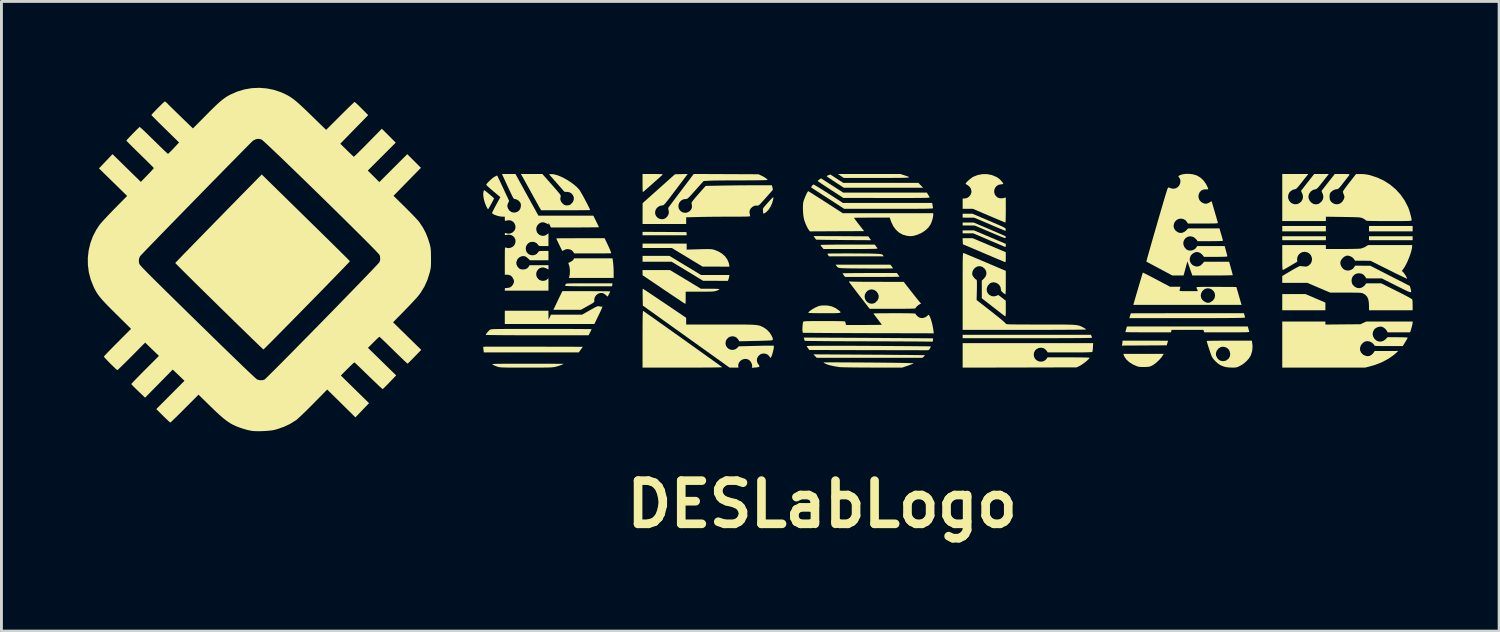
<source format=kicad_pcb>
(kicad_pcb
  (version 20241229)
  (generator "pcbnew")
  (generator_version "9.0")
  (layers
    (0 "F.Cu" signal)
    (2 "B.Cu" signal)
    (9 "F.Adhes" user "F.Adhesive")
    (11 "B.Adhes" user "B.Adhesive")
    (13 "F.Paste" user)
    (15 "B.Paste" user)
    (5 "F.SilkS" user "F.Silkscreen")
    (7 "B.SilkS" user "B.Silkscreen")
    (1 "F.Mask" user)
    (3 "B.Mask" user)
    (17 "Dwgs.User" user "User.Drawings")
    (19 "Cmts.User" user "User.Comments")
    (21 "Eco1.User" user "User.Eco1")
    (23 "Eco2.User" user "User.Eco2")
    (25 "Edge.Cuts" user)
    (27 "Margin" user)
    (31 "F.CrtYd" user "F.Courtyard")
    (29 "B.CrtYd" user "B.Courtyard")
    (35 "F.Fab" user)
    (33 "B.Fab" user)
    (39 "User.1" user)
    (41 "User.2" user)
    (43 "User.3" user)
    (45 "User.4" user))
  (footprint "DESLabLogo"
    (layer "F.Cu")
    (at 23.003 5.964)
    (property "Reference" "DESLabLogo" (at 2.5 8.5 0) (layer "F.SilkS") (effects (font (size 1.5 1.5) (thickness 0.3))))
    (attr board_only exclude_from_pos_files exclude_from_bom)
    (fp_poly (pts (xy -2.975 -0.958) (xy -2.213 -0.953) (xy -2.208 -0.898) (xy -2.202 -0.843) (xy -2.97 -0.843) (xy -3.737 -0.843) (xy -3.737 -0.902) (xy -3.737 -0.962)) (stroke (width 0) (type solid)) (fill yes) (layer "F.SilkS"))
    (fp_poly (pts (xy 19.995 -1.073) (xy 19.995 -0.979) (xy 19.237 -0.979) (xy 18.48 -0.979) (xy 18.48 -1.073) (xy 18.48 -1.166) (xy 19.237 -1.166) (xy 19.995 -1.166)) (stroke (width 0) (type solid)) (fill yes) (layer "F.SilkS"))
    (fp_poly (pts (xy 19.995 -0.741) (xy 19.995 -0.672) (xy 19.237 -0.672) (xy 18.48 -0.672) (xy 18.48 -0.741) (xy 18.48 -0.809) (xy 19.237 -0.809) (xy 19.995 -0.809)) (stroke (width 0) (type solid)) (fill yes) (layer "F.SilkS"))
    (fp_poly (pts (xy 23.008 -1.073) (xy 23.008 -0.979) (xy 22.251 -0.979) (xy 21.493 -0.979) (xy 21.493 -1.073) (xy 21.493 -1.166) (xy 22.251 -1.166) (xy 23.008 -1.166)) (stroke (width 0) (type solid)) (fill yes) (layer "F.SilkS"))
    (fp_poly (pts (xy 23.008 -0.741) (xy 23.008 -0.672) (xy 22.251 -0.672) (xy 21.493 -0.672) (xy 21.493 -0.741) (xy 21.493 -0.809) (xy 22.251 -0.809) (xy 23.008 -0.809)) (stroke (width 0) (type solid)) (fill yes) (layer "F.SilkS"))
    (fp_poly (pts (xy 19.633 1.348) (xy 19.978 1.495) (xy 19.978 1.629) (xy 19.978 1.762) (xy 19.229 1.762) (xy 18.48 1.762) (xy 18.48 1.481) (xy 18.48 1.2) (xy 18.884 1.2) (xy 19.288 1.2)) (stroke (width 0) (type solid)) (fill yes) (layer "F.SilkS"))
    (fp_poly (pts (xy -2.256 0.204) (xy -1.706 0.536) (xy -1.213 0.536) (xy -0.719 0.536) (xy -0.728 0.592) (xy -0.741 0.648) (xy -0.756 0.694) (xy -0.774 0.741) (xy -1.204 0.739) (xy -1.634 0.738) (xy -2.179 0.407) (xy -2.724 0.077) (xy -3.23 0.077) (xy -3.737 0.077) (xy -3.737 -0.026) (xy -3.737 -0.128) (xy -3.271 -0.128) (xy -2.806 -0.128)) (stroke (width 0) (type solid)) (fill yes) (layer "F.SilkS"))
    (fp_poly (pts (xy 3.009 -2.808) (xy 3.232 -2.664) (xy 4.536 -2.664) (xy 5.841 -2.664) (xy 5.924 -2.579) (xy 6.008 -2.494) (xy 4.63 -2.494) (xy 3.252 -2.495) (xy 2.956 -2.688) (xy 2.868 -2.746) (xy 2.789 -2.799) (xy 2.726 -2.843) (xy 2.681 -2.875) (xy 2.66 -2.892) (xy 2.658 -2.894) (xy 2.671 -2.908) (xy 2.706 -2.925) (xy 2.721 -2.93) (xy 2.786 -2.953)) (stroke (width 0) (type solid)) (fill yes) (layer "F.SilkS"))
    (fp_poly (pts (xy 13.882 2.818) (xy 14.032 2.818) (xy 14.167 2.818) (xy 14.285 2.819) (xy 14.381 2.819) (xy 14.454 2.82) (xy 14.499 2.821) (xy 14.513 2.822) (xy 14.508 2.839) (xy 14.497 2.878) (xy 14.49 2.903) (xy 14.467 2.979) (xy 13.688 2.984) (xy 12.909 2.988) (xy 12.919 2.95) (xy 12.927 2.902) (xy 12.93 2.864) (xy 12.93 2.817) (xy 13.721 2.817)) (stroke (width 0) (type solid)) (fill yes) (layer "F.SilkS"))
    (fp_poly (pts (xy 8.302 -0.498) (xy 8.877 -0.255) (xy 8.878 -0.081) (xy 8.877 -0.009) (xy 8.874 0.049) (xy 8.869 0.085) (xy 8.865 0.093) (xy 8.848 0.086) (xy 8.802 0.068) (xy 8.731 0.038) (xy 8.638 -0.001) (xy 8.526 -0.047) (xy 8.399 -0.101) (xy 8.259 -0.16) (xy 8.121 -0.219) (xy 7.388 -0.53) (xy 7.383 -0.635) (xy 7.378 -0.741) (xy 7.553 -0.741) (xy 7.727 -0.741)) (stroke (width 0) (type solid)) (fill yes) (layer "F.SilkS"))
    (fp_poly (pts (xy 8.326 -0.779) (xy 8.878 -0.545) (xy 8.878 -0.489) (xy 8.875 -0.452) (xy 8.866 -0.436) (xy 8.865 -0.436) (xy 8.847 -0.442) (xy 8.801 -0.461) (xy 8.732 -0.49) (xy 8.642 -0.528) (xy 8.535 -0.574) (xy 8.415 -0.625) (xy 8.299 -0.674) (xy 7.746 -0.911) (xy 7.563 -0.911) (xy 7.38 -0.911) (xy 7.38 -0.962) (xy 7.38 -1.013) (xy 7.577 -1.013) (xy 7.773 -1.013)) (stroke (width 0) (type solid)) (fill yes) (layer "F.SilkS"))
    (fp_poly (pts (xy -8.154 3.025) (xy -7.932 3.025) (xy -7.699 3.026) (xy -7.535 3.026) (xy -5.812 3.03) (xy -5.882 3.128) (xy -5.952 3.226) (xy -7.601 3.226) (xy -9.25 3.226) (xy -9.262 3.132) (xy -9.267 3.079) (xy -9.268 3.041) (xy -9.266 3.029) (xy -9.248 3.028) (xy -9.199 3.027) (xy -9.12 3.027) (xy -9.013 3.026) (xy -8.882 3.026) (xy -8.729 3.025) (xy -8.554 3.025) (xy -8.362 3.025)) (stroke (width 0) (type solid)) (fill yes) (layer "F.SilkS"))
    (fp_poly (pts (xy 11.855 2.657) (xy 11.869 2.694) (xy 11.874 2.716) (xy 11.857 2.719) (xy 11.807 2.721) (xy 11.725 2.723) (xy 11.611 2.725) (xy 11.467 2.727) (xy 11.292 2.728) (xy 11.089 2.729) (xy 10.858 2.73) (xy 10.6 2.731) (xy 10.315 2.732) (xy 10.006 2.732) (xy 9.671 2.732) (xy 9.627 2.732) (xy 7.38 2.732) (xy 7.38 2.673) (xy 7.38 2.613) (xy 9.607 2.613) (xy 11.835 2.613)) (stroke (width 0) (type solid)) (fill yes) (layer "F.SilkS"))
    (fp_poly (pts (xy -4.761 0.098) (xy -4.753 0.176) (xy -4.746 0.273) (xy -4.742 0.375) (xy -4.741 0.438) (xy -4.741 0.638) (xy -5.518 0.638) (xy -6.294 0.638) (xy -6.282 0.6) (xy -6.266 0.523) (xy -6.26 0.428) (xy -6.263 0.33) (xy -6.276 0.243) (xy -6.285 0.213) (xy -6.316 0.119) (xy -6.238 0.081) (xy -6.188 0.05) (xy -6.148 0.015) (xy -6.137 0.00016) (xy -6.114 -0.043) (xy -5.447 -0.043) (xy -4.78 -0.043)) (stroke (width 0) (type solid)) (fill yes) (layer "F.SilkS"))
    (fp_poly (pts (xy 4.128 3.304) (xy 4.382 3.306) (xy 4.626 3.307) (xy 4.858 3.309) (xy 5.077 3.311) (xy 5.279 3.313) (xy 5.463 3.314) (xy 5.627 3.316) (xy 5.769 3.318) (xy 5.885 3.319) (xy 5.975 3.321) (xy 6.036 3.322) (xy 6.066 3.323) (xy 6.069 3.323) (xy 6.063 3.338) (xy 6.038 3.365) (xy 6.03 3.372) (xy 5.982 3.413) (xy 4.148 3.413) (xy 2.313 3.413) (xy 2.255 3.353) (xy 2.196 3.292)) (stroke (width 0) (type solid)) (fill yes) (layer "F.SilkS"))
    (fp_poly (pts (xy 5.349 -2.928) (xy 5.404 -2.91) (xy 5.45 -2.895) (xy 5.485 -2.882) (xy 5.509 -2.871) (xy 5.518 -2.862) (xy 5.512 -2.855) (xy 5.487 -2.849) (xy 5.444 -2.844) (xy 5.379 -2.841) (xy 5.291 -2.838) (xy 5.178 -2.837) (xy 5.039 -2.836) (xy 4.871 -2.835) (xy 4.673 -2.835) (xy 4.444 -2.835) (xy 4.409 -2.835) (xy 3.252 -2.835) (xy 3.149 -2.903) (xy 3.047 -2.971) (xy 4.132 -2.971) (xy 5.216 -2.971)) (stroke (width 0) (type solid)) (fill yes) (layer "F.SilkS"))
    (fp_poly (pts (xy 14.331 3.33) (xy 14.279 3.404) (xy 14.208 3.484) (xy 14.127 3.562) (xy 14.045 3.629) (xy 13.982 3.669) (xy 13.931 3.696) (xy 13.888 3.713) (xy 13.843 3.723) (xy 13.785 3.729) (xy 13.705 3.731) (xy 13.696 3.732) (xy 13.601 3.732) (xy 13.53 3.728) (xy 13.474 3.718) (xy 13.432 3.705) (xy 13.286 3.64) (xy 13.164 3.562) (xy 13.067 3.473) (xy 12.999 3.376) (xy 12.974 3.315) (xy 12.962 3.277) (xy 13.662 3.277) (xy 14.362 3.277)) (stroke (width 0) (type solid)) (fill yes) (layer "F.SilkS"))
    (fp_poly (pts (xy -3.255 -2.97) (xy -3.164 -2.969) (xy -3.101 -2.967) (xy -3.061 -2.964) (xy -3.04 -2.959) (xy -3.036 -2.953) (xy -3.039 -2.948) (xy -3.102 -2.891) (xy -3.175 -2.825) (xy -3.257 -2.752) (xy -3.342 -2.676) (xy -3.427 -2.6) (xy -3.509 -2.528) (xy -3.583 -2.464) (xy -3.645 -2.409) (xy -3.693 -2.369) (xy -3.721 -2.345) (xy -3.727 -2.341) (xy -3.73 -2.357) (xy -3.733 -2.402) (xy -3.735 -2.47) (xy -3.736 -2.557) (xy -3.737 -2.656) (xy -3.737 -2.971) (xy -3.376 -2.971)) (stroke (width 0) (type solid)) (fill yes) (layer "F.SilkS"))
    (fp_poly (pts (xy 2.451 -0.815) (xy 2.574 -0.814) (xy 2.716 -0.814) (xy 2.873 -0.813) (xy 3.043 -0.812) (xy 3.158 -0.812) (xy 4.103 -0.806) (xy 4.151 -0.739) (xy 4.199 -0.672) (xy 3.521 -0.676) (xy 3.358 -0.677) (xy 3.195 -0.678) (xy 3.037 -0.68) (xy 2.889 -0.681) (xy 2.757 -0.683) (xy 2.648 -0.684) (xy 2.568 -0.685) (xy 2.293 -0.69) (xy 2.247 -0.751) (xy 2.221 -0.787) (xy 2.207 -0.81) (xy 2.207 -0.814) (xy 2.225 -0.815) (xy 2.273 -0.815) (xy 2.35 -0.815)) (stroke (width 0) (type solid)) (fill yes) (layer "F.SilkS"))
    (fp_poly (pts (xy -4.789 0.877) (xy -4.796 0.928) (xy -5.611 0.928) (xy -5.822 0.928) (xy -5.999 0.927) (xy -6.145 0.925) (xy -6.259 0.923) (xy -6.343 0.92) (xy -6.397 0.916) (xy -6.424 0.912) (xy -6.427 0.91) (xy -6.419 0.881) (xy -6.409 0.859) (xy -6.404 0.851) (xy -6.395 0.845) (xy -6.38 0.839) (xy -6.356 0.835) (xy -6.32 0.832) (xy -6.269 0.83) (xy -6.2 0.828) (xy -6.11 0.827) (xy -5.996 0.826) (xy -5.855 0.826) (xy -5.685 0.826) (xy -5.586 0.826) (xy -4.781 0.826)) (stroke (width 0) (type solid)) (fill yes) (layer "F.SilkS"))
    (fp_poly (pts (xy 0.804 -2.163) (xy 0.806 -2.143) (xy 0.801 -2.1) (xy 0.792 -2.056) (xy 0.756 -1.939) (xy 0.703 -1.828) (xy 0.639 -1.73) (xy 0.567 -1.655) (xy 0.529 -1.627) (xy 0.485 -1.601) (xy 0.461 -1.595) (xy 0.452 -1.609) (xy 0.451 -1.632) (xy 0.448 -1.68) (xy 0.442 -1.722) (xy 0.441 -1.748) (xy 0.45 -1.775) (xy 0.473 -1.811) (xy 0.513 -1.86) (xy 0.547 -1.898) (xy 0.629 -1.99) (xy 0.691 -2.059) (xy 0.737 -2.108) (xy 0.768 -2.14) (xy 0.788 -2.158) (xy 0.8 -2.165)) (stroke (width 0) (type solid)) (fill yes) (layer "F.SilkS"))
    (fp_poly (pts (xy 8.308 -1.054) (xy 8.436 -0.999) (xy 8.554 -0.949) (xy 8.658 -0.903) (xy 8.746 -0.865) (xy 8.812 -0.835) (xy 8.854 -0.816) (xy 8.867 -0.809) (xy 8.876 -0.783) (xy 8.875 -0.76) (xy 8.872 -0.752) (xy 8.862 -0.748) (xy 8.844 -0.749) (xy 8.814 -0.757) (xy 8.769 -0.773) (xy 8.705 -0.798) (xy 8.621 -0.832) (xy 8.512 -0.878) (xy 8.376 -0.936) (xy 8.333 -0.954) (xy 7.797 -1.182) (xy 7.589 -1.183) (xy 7.38 -1.183) (xy 7.38 -1.234) (xy 7.38 -1.285) (xy 7.572 -1.285) (xy 7.763 -1.285)) (stroke (width 0) (type solid)) (fill yes) (layer "F.SilkS"))
    (fp_poly (pts (xy -2.205 -0.449) (xy -2.205 -0.345) (xy -1.781 -0.357) (xy -1.646 -0.361) (xy -1.54 -0.363) (xy -1.458 -0.363) (xy -1.395 -0.362) (xy -1.346 -0.358) (xy -1.307 -0.353) (xy -1.271 -0.344) (xy -1.258 -0.341) (xy -1.108 -0.284) (xy -0.979 -0.207) (xy -0.873 -0.113) (xy -0.794 -0.004) (xy -0.743 0.116) (xy -0.73 0.174) (xy -0.719 0.247) (xy -1.185 0.246) (xy -1.651 0.246) (xy -2.185 -0.077) (xy -2.718 -0.4) (xy -3.228 -0.4) (xy -3.737 -0.4) (xy -3.737 -0.477) (xy -3.737 -0.553) (xy -2.971 -0.553) (xy -2.205 -0.553)) (stroke (width 0) (type solid)) (fill yes) (layer "F.SilkS"))
    (fp_poly (pts (xy 3.437 -0.213) (xy 3.585 -0.212) (xy 3.731 -0.211) (xy 3.873 -0.21) (xy 4.005 -0.209) (xy 4.125 -0.208) (xy 4.228 -0.206) (xy 4.31 -0.203) (xy 4.352 -0.202) (xy 4.444 -0.197) (xy 4.509 -0.192) (xy 4.552 -0.186) (xy 4.58 -0.178) (xy 4.598 -0.166) (xy 4.61 -0.151) (xy 4.641 -0.111) (xy 3.688 -0.111) (xy 2.736 -0.111) (xy 2.709 -0.153) (xy 2.689 -0.185) (xy 2.681 -0.204) (xy 2.698 -0.206) (xy 2.744 -0.208) (xy 2.817 -0.21) (xy 2.912 -0.211) (xy 3.025 -0.212) (xy 3.153 -0.212) (xy 3.292 -0.213)) (stroke (width 0) (type solid)) (fill yes) (layer "F.SilkS"))
    (fp_poly (pts (xy 5.139 0.527) (xy 5.167 0.564) (xy 5.182 0.59) (xy 5.184 0.595) (xy 5.167 0.597) (xy 5.12 0.598) (xy 5.044 0.6) (xy 4.944 0.601) (xy 4.822 0.602) (xy 4.681 0.603) (xy 4.525 0.604) (xy 4.355 0.604) (xy 4.24 0.604) (xy 3.296 0.604) (xy 3.252 0.547) (xy 3.226 0.51) (xy 3.21 0.484) (xy 3.209 0.479) (xy 3.226 0.477) (xy 3.273 0.475) (xy 3.348 0.474) (xy 3.449 0.472) (xy 3.571 0.471) (xy 3.712 0.469) (xy 3.868 0.469) (xy 4.037 0.468) (xy 4.152 0.468) (xy 5.095 0.468)) (stroke (width 0) (type solid)) (fill yes) (layer "F.SilkS"))
    (fp_poly (pts (xy 4.324 -0.519) (xy 4.368 -0.464) (xy 4.399 -0.424) (xy 4.421 -0.392) (xy 4.424 -0.387) (xy 4.421 -0.383) (xy 4.403 -0.379) (xy 4.368 -0.375) (xy 4.315 -0.372) (xy 4.241 -0.37) (xy 4.143 -0.369) (xy 4.021 -0.367) (xy 3.87 -0.367) (xy 3.69 -0.366) (xy 3.492 -0.366) (xy 2.548 -0.366) (xy 2.495 -0.429) (xy 2.465 -0.469) (xy 2.446 -0.498) (xy 2.443 -0.506) (xy 2.459 -0.509) (xy 2.507 -0.511) (xy 2.582 -0.513) (xy 2.683 -0.515) (xy 2.805 -0.516) (xy 2.945 -0.518) (xy 3.102 -0.519) (xy 3.271 -0.519) (xy 3.384 -0.519)) (stroke (width 0) (type solid)) (fill yes) (layer "F.SilkS"))
    (fp_poly (pts (xy 4.869 0.179) (xy 4.916 0.237) (xy 4.944 0.275) (xy 4.961 0.301) (xy 4.963 0.306) (xy 4.946 0.307) (xy 4.9 0.309) (xy 4.827 0.31) (xy 4.731 0.311) (xy 4.617 0.312) (xy 4.487 0.312) (xy 4.347 0.312) (xy 4.199 0.312) (xy 4.048 0.311) (xy 3.898 0.311) (xy 3.751 0.309) (xy 3.613 0.308) (xy 3.486 0.307) (xy 3.375 0.305) (xy 3.283 0.303) (xy 3.215 0.301) (xy 3.177 0.299) (xy 3.111 0.293) (xy 3.069 0.284) (xy 3.041 0.269) (xy 3.017 0.244) (xy 3.009 0.234) (xy 2.966 0.179) (xy 3.918 0.179)) (stroke (width 0) (type solid)) (fill yes) (layer "F.SilkS"))
    (fp_poly (pts (xy 8.293 -1.347) (xy 8.443 -1.283) (xy 8.564 -1.231) (xy 8.66 -1.19) (xy 8.733 -1.157) (xy 8.787 -1.131) (xy 8.825 -1.111) (xy 8.85 -1.094) (xy 8.864 -1.081) (xy 8.871 -1.068) (xy 8.874 -1.055) (xy 8.875 -1.049) (xy 8.875 -1.013) (xy 8.867 -0.997) (xy 8.866 -0.997) (xy 8.848 -1.004) (xy 8.802 -1.022) (xy 8.732 -1.051) (xy 8.642 -1.089) (xy 8.536 -1.133) (xy 8.416 -1.184) (xy 8.316 -1.227) (xy 7.78 -1.455) (xy 7.58 -1.455) (xy 7.38 -1.456) (xy 7.38 -1.524) (xy 7.38 -1.592) (xy 7.548 -1.592) (xy 7.717 -1.592)) (stroke (width 0) (type solid)) (fill yes) (layer "F.SilkS"))
    (fp_poly (pts (xy -9.219 -2.399) (xy -9.182 -2.371) (xy -9.133 -2.332) (xy -9.076 -2.285) (xy -9.019 -2.237) (xy -8.966 -2.192) (xy -8.924 -2.154) (xy -8.899 -2.131) (xy -8.895 -2.125) (xy -8.903 -2.105) (xy -8.923 -2.063) (xy -8.952 -2.007) (xy -8.987 -1.943) (xy -9.023 -1.878) (xy -9.056 -1.819) (xy -9.083 -1.774) (xy -9.1 -1.748) (xy -9.103 -1.745) (xy -9.115 -1.759) (xy -9.138 -1.797) (xy -9.164 -1.849) (xy -9.166 -1.853) (xy -9.212 -1.966) (xy -9.246 -2.085) (xy -9.266 -2.198) (xy -9.269 -2.256) (xy -9.266 -2.326) (xy -9.256 -2.378) (xy -9.242 -2.406) (xy -9.235 -2.409)) (stroke (width 0) (type solid)) (fill yes) (layer "F.SilkS"))
    (fp_poly (pts (xy 2.696 1.598) (xy 2.837 1.628) (xy 2.966 1.686) (xy 3.069 1.757) (xy 3.103 1.785) (xy 3.127 1.807) (xy 3.139 1.825) (xy 3.137 1.839) (xy 3.117 1.849) (xy 3.078 1.856) (xy 3.016 1.86) (xy 2.929 1.863) (xy 2.814 1.864) (xy 2.669 1.864) (xy 2.579 1.864) (xy 2.43 1.864) (xy 2.299 1.862) (xy 2.189 1.86) (xy 2.104 1.857) (xy 2.047 1.854) (xy 2.019 1.85) (xy 2.017 1.848) (xy 2.032 1.824) (xy 2.07 1.789) (xy 2.127 1.747) (xy 2.197 1.704) (xy 2.272 1.663) (xy 2.346 1.629) (xy 2.407 1.609) (xy 2.472 1.598) (xy 2.535 1.594)) (stroke (width 0) (type solid)) (fill yes) (layer "F.SilkS"))
    (fp_poly (pts (xy -5.26 1.62) (xy -5.237 1.625) (xy -5.232 1.627) (xy -5.186 1.636) (xy -5.154 1.636) (xy -5.149 1.634) (xy -5.137 1.631) (xy -5.135 1.644) (xy -5.144 1.676) (xy -5.167 1.73) (xy -5.202 1.809) (xy -5.253 1.914) (xy -5.272 1.954) (xy -5.411 2.239) (xy -6.966 2.239) (xy -8.521 2.239) (xy -8.521 2.009) (xy -8.521 1.779) (xy -7.763 1.779) (xy -7.005 1.779) (xy -7.004 1.936) (xy -7.003 2.094) (xy -6.96 2.005) (xy -6.918 1.915) (xy -6.379 1.915) (xy -5.839 1.915) (xy -5.568 1.762) (xy -5.472 1.708) (xy -5.401 1.669) (xy -5.349 1.642) (xy -5.312 1.627) (xy -5.284 1.62)) (stroke (width 0) (type solid)) (fill yes) (layer "F.SilkS"))
    (fp_poly (pts (xy 17.168 1.928) (xy 17.18 1.975) (xy 17.186 2.009) (xy 17.186 2.013) (xy 17.18 2.016) (xy 17.16 2.019) (xy 17.125 2.022) (xy 17.074 2.024) (xy 17.005 2.026) (xy 16.917 2.028) (xy 16.807 2.03) (xy 16.674 2.031) (xy 16.518 2.032) (xy 16.335 2.033) (xy 16.126 2.034) (xy 15.888 2.034) (xy 15.619 2.034) (xy 15.318 2.034) (xy 15.178 2.034) (xy 13.17 2.034) (xy 13.194 1.954) (xy 13.208 1.906) (xy 13.217 1.875) (xy 13.219 1.868) (xy 13.236 1.868) (xy 13.284 1.867) (xy 13.363 1.867) (xy 13.469 1.866) (xy 13.601 1.866) (xy 13.756 1.865) (xy 13.932 1.865) (xy 14.128 1.865) (xy 14.34 1.865) (xy 14.568 1.864) (xy 14.809 1.864) (xy 15.06 1.864) (xy 15.185 1.864) (xy 17.15 1.864)) (stroke (width 0) (type solid)) (fill yes) (layer "F.SilkS"))
    (fp_poly (pts (xy 17.303 2.396) (xy 17.318 2.448) (xy 17.33 2.49) (xy 17.333 2.498) (xy 17.333 2.505) (xy 17.328 2.511) (xy 17.315 2.516) (xy 17.29 2.52) (xy 17.252 2.522) (xy 17.197 2.525) (xy 17.122 2.526) (xy 17.024 2.527) (xy 16.902 2.528) (xy 16.751 2.528) (xy 16.569 2.528) (xy 16.557 2.528) (xy 15.772 2.528) (xy 15.756 2.486) (xy 15.74 2.443) (xy 15.188 2.443) (xy 14.636 2.443) (xy 14.625 2.486) (xy 14.615 2.528) (xy 13.823 2.528) (xy 13.663 2.528) (xy 13.513 2.527) (xy 13.378 2.526) (xy 13.26 2.525) (xy 13.163 2.524) (xy 13.091 2.522) (xy 13.046 2.52) (xy 13.032 2.518) (xy 13.036 2.497) (xy 13.048 2.455) (xy 13.059 2.416) (xy 13.085 2.324) (xy 15.184 2.324) (xy 17.283 2.324)) (stroke (width 0) (type solid)) (fill yes) (layer "F.SilkS"))
    (fp_poly (pts (xy -2.247 0.689) (xy -1.711 1.013) (xy -1.387 1.013) (xy -1.28 1.014) (xy -1.189 1.016) (xy -1.12 1.019) (xy -1.077 1.024) (xy -1.064 1.029) (xy -1.079 1.043) (xy -1.117 1.063) (xy -1.158 1.08) (xy -1.188 1.09) (xy -1.218 1.098) (xy -1.254 1.104) (xy -1.299 1.109) (xy -1.358 1.112) (xy -1.435 1.114) (xy -1.536 1.115) (xy -1.663 1.115) (xy -1.746 1.115) (xy -2.239 1.115) (xy -2.239 1.328) (xy -2.24 1.408) (xy -2.242 1.475) (xy -2.246 1.521) (xy -2.251 1.54) (xy -2.251 1.54) (xy -2.268 1.531) (xy -2.309 1.504) (xy -2.374 1.462) (xy -2.458 1.405) (xy -2.561 1.337) (xy -2.678 1.259) (xy -2.807 1.172) (xy -2.946 1.079) (xy -3 1.042) (xy -3.736 0.545) (xy -3.737 0.455) (xy -3.737 0.366) (xy -3.26 0.366) (xy -2.783 0.366)) (stroke (width 0) (type solid)) (fill yes) (layer "F.SilkS"))
    (fp_poly (pts (xy 2.551 -2.763) (xy 2.592 -2.737) (xy 2.657 -2.695) (xy 2.737 -2.643) (xy 2.829 -2.584) (xy 2.925 -2.523) (xy 2.936 -2.515) (xy 3.233 -2.324) (xy 4.685 -2.324) (xy 6.137 -2.324) (xy 6.181 -2.254) (xy 6.209 -2.208) (xy 6.229 -2.171) (xy 6.234 -2.161) (xy 6.232 -2.157) (xy 6.221 -2.153) (xy 6.2 -2.15) (xy 6.165 -2.147) (xy 6.117 -2.144) (xy 6.051 -2.143) (xy 5.967 -2.141) (xy 5.863 -2.14) (xy 5.736 -2.139) (xy 5.584 -2.138) (xy 5.406 -2.138) (xy 5.199 -2.138) (xy 4.962 -2.138) (xy 4.739 -2.138) (xy 3.235 -2.14) (xy 2.792 -2.427) (xy 2.683 -2.499) (xy 2.583 -2.565) (xy 2.496 -2.623) (xy 2.426 -2.67) (xy 2.375 -2.705) (xy 2.349 -2.725) (xy 2.345 -2.728) (xy 2.356 -2.744) (xy 2.387 -2.77) (xy 2.402 -2.78) (xy 2.462 -2.819)) (stroke (width 0) (type solid)) (fill yes) (layer "F.SilkS"))
    (fp_poly (pts (xy -4.959 -0.541) (xy -4.909 -0.435) (xy -4.87 -0.345) (xy -4.842 -0.276) (xy -4.828 -0.23) (xy -4.826 -0.219) (xy -4.843 -0.217) (xy -4.889 -0.216) (xy -4.963 -0.215) (xy -5.059 -0.214) (xy -5.175 -0.214) (xy -5.306 -0.213) (xy -5.448 -0.213) (xy -5.469 -0.213) (xy -6.112 -0.213) (xy -6.139 -0.261) (xy -6.188 -0.315) (xy -6.257 -0.35) (xy -6.335 -0.363) (xy -6.413 -0.352) (xy -6.457 -0.332) (xy -6.495 -0.31) (xy -6.519 -0.298) (xy -6.521 -0.298) (xy -6.53 -0.312) (xy -6.551 -0.351) (xy -6.579 -0.407) (xy -6.612 -0.473) (xy -6.646 -0.544) (xy -6.679 -0.612) (xy -6.706 -0.671) (xy -6.725 -0.714) (xy -6.733 -0.734) (xy -6.733 -0.734) (xy -6.717 -0.736) (xy -6.669 -0.737) (xy -6.594 -0.738) (xy -6.495 -0.739) (xy -6.375 -0.739) (xy -6.237 -0.74) (xy -6.084 -0.74) (xy -5.92 -0.741) (xy -5.893 -0.741) (xy -5.054 -0.741)) (stroke (width 0) (type solid)) (fill yes) (layer "F.SilkS"))
    (fp_poly (pts (xy -5.526 1.098) (xy -5.373 1.099) (xy -5.233 1.1) (xy -5.111 1.101) (xy -5.009 1.102) (xy -4.931 1.103) (xy -4.881 1.105) (xy -4.861 1.107) (xy -4.86 1.107) (xy -4.867 1.127) (xy -4.885 1.164) (xy -4.907 1.209) (xy -4.93 1.251) (xy -4.947 1.279) (xy -4.952 1.285) (xy -4.967 1.275) (xy -4.997 1.248) (xy -5.018 1.228) (xy -5.066 1.191) (xy -5.114 1.166) (xy -5.13 1.161) (xy -5.21 1.161) (xy -5.284 1.188) (xy -5.347 1.238) (xy -5.392 1.303) (xy -5.414 1.379) (xy -5.412 1.436) (xy -5.411 1.454) (xy -5.417 1.47) (xy -5.434 1.489) (xy -5.466 1.512) (xy -5.519 1.544) (xy -5.595 1.587) (xy -5.642 1.613) (xy -5.88 1.745) (xy -6.357 1.745) (xy -6.834 1.745) (xy -6.726 1.519) (xy -6.683 1.429) (xy -6.641 1.341) (xy -6.603 1.263) (xy -6.575 1.206) (xy -6.57 1.196) (xy -6.522 1.098) (xy -5.691 1.098)) (stroke (width 0) (type solid)) (fill yes) (layer "F.SilkS"))
    (fp_poly (pts (xy 2.214 -2.6) (xy 2.258 -2.576) (xy 2.324 -2.538) (xy 2.408 -2.487) (xy 2.507 -2.426) (xy 2.617 -2.356) (xy 2.72 -2.291) (xy 3.222 -1.966) (xy 4.772 -1.966) (xy 6.321 -1.966) (xy 6.333 -1.894) (xy 6.342 -1.841) (xy 6.35 -1.799) (xy 6.352 -1.792) (xy 6.352 -1.787) (xy 6.348 -1.782) (xy 6.338 -1.778) (xy 6.319 -1.775) (xy 6.29 -1.772) (xy 6.249 -1.77) (xy 6.193 -1.768) (xy 6.12 -1.766) (xy 6.029 -1.765) (xy 5.918 -1.764) (xy 5.784 -1.763) (xy 5.625 -1.763) (xy 5.44 -1.762) (xy 5.226 -1.762) (xy 4.981 -1.762) (xy 4.813 -1.762) (xy 3.266 -1.762) (xy 2.697 -2.13) (xy 2.572 -2.21) (xy 2.456 -2.285) (xy 2.353 -2.352) (xy 2.265 -2.409) (xy 2.195 -2.455) (xy 2.147 -2.486) (xy 2.123 -2.502) (xy 2.121 -2.504) (xy 2.124 -2.521) (xy 2.142 -2.552) (xy 2.167 -2.583) (xy 2.191 -2.605) (xy 2.195 -2.607)) (stroke (width 0) (type solid)) (fill yes) (layer "F.SilkS"))
    (fp_poly (pts (xy 3.084 3.571) (xy 3.256 3.572) (xy 3.445 3.573) (xy 3.649 3.574) (xy 3.866 3.575) (xy 4.093 3.577) (xy 4.127 3.577) (xy 4.409 3.579) (xy 4.665 3.582) (xy 4.895 3.584) (xy 5.097 3.587) (xy 5.271 3.59) (xy 5.415 3.593) (xy 5.529 3.596) (xy 5.612 3.599) (xy 5.662 3.602) (xy 5.68 3.605) (xy 5.68 3.605) (xy 5.658 3.617) (xy 5.611 3.636) (xy 5.545 3.661) (xy 5.471 3.688) (xy 5.277 3.754) (xy 4.248 3.752) (xy 4.06 3.751) (xy 3.88 3.75) (xy 3.71 3.749) (xy 3.555 3.747) (xy 3.418 3.745) (xy 3.301 3.743) (xy 3.208 3.74) (xy 3.143 3.738) (xy 3.11 3.736) (xy 2.945 3.71) (xy 2.804 3.681) (xy 2.691 3.649) (xy 2.635 3.627) (xy 2.587 3.603) (xy 2.556 3.583) (xy 2.549 3.574) (xy 2.567 3.573) (xy 2.617 3.572) (xy 2.696 3.571) (xy 2.801 3.571) (xy 2.932 3.571)) (stroke (width 0) (type solid)) (fill yes) (layer "F.SilkS"))
    (fp_poly (pts (xy -3.716 1.784) (xy -3.699 1.794) (xy -3.658 1.823) (xy -3.593 1.869) (xy -3.507 1.929) (xy -3.403 2.002) (xy -3.283 2.087) (xy -3.149 2.183) (xy -3.003 2.286) (xy -2.848 2.396) (xy -2.686 2.511) (xy -2.519 2.63) (xy -2.35 2.75) (xy -2.181 2.871) (xy -2.014 2.99) (xy -1.852 3.106) (xy -1.696 3.217) (xy -1.549 3.322) (xy -1.414 3.418) (xy -1.293 3.505) (xy -1.187 3.581) (xy -1.1 3.644) (xy -1.034 3.692) (xy -0.99 3.724) (xy -0.971 3.738) (xy -0.971 3.738) (xy -0.985 3.741) (xy -1.031 3.744) (xy -1.109 3.746) (xy -1.216 3.748) (xy -1.352 3.75) (xy -1.515 3.751) (xy -1.703 3.752) (xy -1.915 3.753) (xy -2.15 3.754) (xy -2.346 3.754) (xy -3.737 3.754) (xy -3.737 2.765) (xy -3.737 2.549) (xy -3.736 2.365) (xy -3.735 2.211) (xy -3.734 2.084) (xy -3.733 1.983) (xy -3.73 1.905) (xy -3.728 1.848) (xy -3.725 1.811) (xy -3.721 1.79) (xy -3.716 1.783)) (stroke (width 0) (type solid)) (fill yes) (layer "F.SilkS"))
    (fp_poly (pts (xy 4.105 2.721) (xy 4.378 2.723) (xy 4.642 2.724) (xy 4.895 2.726) (xy 5.134 2.727) (xy 5.358 2.729) (xy 5.564 2.73) (xy 5.75 2.732) (xy 5.916 2.733) (xy 6.058 2.734) (xy 6.174 2.735) (xy 6.263 2.736) (xy 6.323 2.737) (xy 6.351 2.738) (xy 6.353 2.738) (xy 6.354 2.757) (xy 6.349 2.795) (xy 6.348 2.798) (xy 6.337 2.852) (xy 5.952 2.847) (xy 5.881 2.847) (xy 5.78 2.846) (xy 5.65 2.845) (xy 5.494 2.845) (xy 5.316 2.844) (xy 5.118 2.843) (xy 4.903 2.842) (xy 4.674 2.841) (xy 4.434 2.841) (xy 4.186 2.84) (xy 3.932 2.839) (xy 3.738 2.839) (xy 3.491 2.838) (xy 3.254 2.837) (xy 3.028 2.836) (xy 2.817 2.835) (xy 2.622 2.833) (xy 2.445 2.832) (xy 2.289 2.83) (xy 2.156 2.829) (xy 2.048 2.827) (xy 1.968 2.825) (xy 1.916 2.823) (xy 1.897 2.822) (xy 1.897 2.822) (xy 1.885 2.797) (xy 1.874 2.759) (xy 1.862 2.71)) (stroke (width 0) (type solid)) (fill yes) (layer "F.SilkS"))
    (fp_poly (pts (xy -8.015 3.619) (xy -7.785 3.619) (xy -7.728 3.619) (xy -6.469 3.62) (xy -6.542 3.654) (xy -6.595 3.675) (xy -6.667 3.699) (xy -6.741 3.72) (xy -6.745 3.721) (xy -6.775 3.728) (xy -6.807 3.734) (xy -6.842 3.739) (xy -6.885 3.743) (xy -6.938 3.747) (xy -7.004 3.749) (xy -7.086 3.751) (xy -7.188 3.752) (xy -7.313 3.753) (xy -7.464 3.753) (xy -7.643 3.753) (xy -7.778 3.753) (xy -7.977 3.753) (xy -8.145 3.753) (xy -8.284 3.753) (xy -8.399 3.752) (xy -8.492 3.75) (xy -8.565 3.748) (xy -8.624 3.746) (xy -8.669 3.743) (xy -8.704 3.738) (xy -8.733 3.733) (xy -8.758 3.726) (xy -8.783 3.719) (xy -8.793 3.715) (xy -8.857 3.691) (xy -8.913 3.666) (xy -8.946 3.647) (xy -8.952 3.642) (xy -8.954 3.637) (xy -8.949 3.633) (xy -8.934 3.629) (xy -8.907 3.626) (xy -8.867 3.624) (xy -8.811 3.622) (xy -8.736 3.621) (xy -8.642 3.62) (xy -8.524 3.619) (xy -8.382 3.619) (xy -8.213 3.619)) (stroke (width 0) (type solid)) (fill yes) (layer "F.SilkS"))
    (fp_poly (pts (xy -7.013 2.409) (xy -6.782 2.409) (xy -6.563 2.41) (xy -6.359 2.41) (xy -6.171 2.411) (xy -6.002 2.412) (xy -5.854 2.413) (xy -5.729 2.414) (xy -5.63 2.415) (xy -5.558 2.416) (xy -5.517 2.417) (xy -5.507 2.418) (xy -5.514 2.437) (xy -5.533 2.477) (xy -5.559 2.529) (xy -5.61 2.63) (xy -7.397 2.63) (xy -7.643 2.63) (xy -7.879 2.63) (xy -8.102 2.629) (xy -8.311 2.628) (xy -8.502 2.627) (xy -8.674 2.626) (xy -8.825 2.624) (xy -8.953 2.623) (xy -9.054 2.621) (xy -9.128 2.619) (xy -9.172 2.617) (xy -9.185 2.616) (xy -9.174 2.592) (xy -9.146 2.553) (xy -9.109 2.508) (xy -9.07 2.467) (xy -9.043 2.442) (xy -9.035 2.437) (xy -9.025 2.432) (xy -9.012 2.428) (xy -8.992 2.424) (xy -8.965 2.421) (xy -8.927 2.418) (xy -8.878 2.416) (xy -8.814 2.414) (xy -8.735 2.413) (xy -8.637 2.412) (xy -8.52 2.411) (xy -8.381 2.41) (xy -8.218 2.409) (xy -8.029 2.409) (xy -7.812 2.409) (xy -7.566 2.409) (xy -7.287 2.409) (xy -7.254 2.409)) (stroke (width 0) (type solid)) (fill yes) (layer "F.SilkS"))
    (fp_poly (pts (xy 3.129 2.995) (xy 3.411 2.996) (xy 3.727 2.997) (xy 4.075 2.999) (xy 4.116 2.999) (xy 4.383 3) (xy 4.641 3.002) (xy 4.888 3.003) (xy 5.121 3.005) (xy 5.339 3.006) (xy 5.539 3.008) (xy 5.719 3.009) (xy 5.878 3.011) (xy 6.012 3.012) (xy 6.121 3.013) (xy 6.202 3.015) (xy 6.254 3.016) (xy 6.273 3.017) (xy 6.273 3.017) (xy 6.271 3.035) (xy 6.254 3.07) (xy 6.245 3.087) (xy 6.224 3.121) (xy 6.203 3.14) (xy 6.172 3.148) (xy 6.121 3.15) (xy 6.101 3.15) (xy 6.07 3.15) (xy 6.007 3.15) (xy 5.915 3.15) (xy 5.795 3.149) (xy 5.651 3.149) (xy 5.484 3.149) (xy 5.296 3.148) (xy 5.09 3.148) (xy 4.869 3.148) (xy 4.634 3.147) (xy 4.388 3.146) (xy 4.133 3.146) (xy 4.024 3.146) (xy 2.055 3.141) (xy 2.011 3.082) (xy 1.983 3.042) (xy 1.968 3.012) (xy 1.966 3.006) (xy 1.98 3.003) (xy 2.021 3.001) (xy 2.09 2.999) (xy 2.188 2.997) (xy 2.315 2.996) (xy 2.472 2.995) (xy 2.66 2.995) (xy 2.879 2.995)) (stroke (width 0) (type solid)) (fill yes) (layer "F.SilkS"))
    (fp_poly (pts (xy 11.905 3.044) (xy 11.9 3.112) (xy 11.894 3.167) (xy 11.887 3.201) (xy 11.885 3.205) (xy 11.874 3.211) (xy 11.845 3.215) (xy 11.796 3.218) (xy 11.725 3.221) (xy 11.63 3.223) (xy 11.508 3.225) (xy 11.358 3.226) (xy 11.177 3.226) (xy 11.103 3.226) (xy 10.334 3.226) (xy 10.297 3.169) (xy 10.239 3.107) (xy 10.17 3.071) (xy 10.094 3.06) (xy 10.019 3.073) (xy 9.951 3.106) (xy 9.895 3.159) (xy 9.859 3.23) (xy 9.849 3.303) (xy 9.863 3.387) (xy 9.902 3.455) (xy 9.96 3.506) (xy 10.03 3.537) (xy 10.106 3.547) (xy 10.181 3.534) (xy 10.25 3.496) (xy 10.301 3.44) (xy 10.329 3.396) (xy 11.059 3.396) (xy 11.219 3.397) (xy 11.365 3.398) (xy 11.495 3.399) (xy 11.605 3.401) (xy 11.692 3.404) (xy 11.754 3.407) (xy 11.785 3.41) (xy 11.789 3.411) (xy 11.776 3.435) (xy 11.741 3.473) (xy 11.69 3.52) (xy 11.629 3.57) (xy 11.565 3.618) (xy 11.504 3.66) (xy 11.454 3.689) (xy 11.338 3.745) (xy 9.359 3.75) (xy 7.38 3.754) (xy 7.38 3.328) (xy 7.38 2.903) (xy 9.646 2.903) (xy 11.913 2.903)) (stroke (width 0) (type solid)) (fill yes) (layer "F.SilkS"))
    (fp_poly (pts (xy 8.232 -2.966) (xy 8.392 -2.935) (xy 8.542 -2.874) (xy 8.611 -2.833) (xy 8.657 -2.797) (xy 8.705 -2.75) (xy 8.749 -2.701) (xy 8.78 -2.658) (xy 8.793 -2.627) (xy 8.793 -2.627) (xy 8.778 -2.619) (xy 8.739 -2.614) (xy 8.719 -2.613) (xy 8.634 -2.598) (xy 8.563 -2.558) (xy 8.512 -2.498) (xy 8.481 -2.425) (xy 8.475 -2.346) (xy 8.496 -2.265) (xy 8.527 -2.215) (xy 8.591 -2.156) (xy 8.672 -2.127) (xy 8.768 -2.128) (xy 8.84 -2.145) (xy 8.878 -2.158) (xy 8.878 -1.721) (xy 8.878 -1.604) (xy 8.876 -1.498) (xy 8.874 -1.409) (xy 8.872 -1.341) (xy 8.868 -1.298) (xy 8.865 -1.286) (xy 8.847 -1.292) (xy 8.801 -1.311) (xy 8.732 -1.339) (xy 8.641 -1.377) (xy 8.534 -1.422) (xy 8.414 -1.473) (xy 8.293 -1.524) (xy 7.734 -1.762) (xy 7.557 -1.762) (xy 7.38 -1.762) (xy 7.38 -1.941) (xy 7.38 -2.12) (xy 7.444 -2.12) (xy 7.526 -2.135) (xy 7.597 -2.179) (xy 7.651 -2.243) (xy 7.682 -2.321) (xy 7.686 -2.368) (xy 7.67 -2.45) (xy 7.625 -2.524) (xy 7.555 -2.582) (xy 7.545 -2.588) (xy 7.506 -2.612) (xy 7.484 -2.631) (xy 7.482 -2.636) (xy 7.495 -2.659) (xy 7.528 -2.696) (xy 7.575 -2.742) (xy 7.629 -2.789) (xy 7.684 -2.832) (xy 7.732 -2.865) (xy 7.748 -2.874) (xy 7.905 -2.936) (xy 8.068 -2.966)) (stroke (width 0) (type solid)) (fill yes) (layer "F.SilkS"))
    (fp_poly (pts (xy 3.478 0.761) (xy 3.492 0.763) (xy 3.521 0.765) (xy 3.582 0.767) (xy 3.669 0.769) (xy 3.78 0.771) (xy 3.911 0.772) (xy 4.058 0.773) (xy 4.219 0.774) (xy 4.39 0.774) (xy 4.446 0.774) (xy 5.334 0.775) (xy 5.564 1.07) (xy 5.637 1.163) (xy 5.706 1.251) (xy 5.77 1.33) (xy 5.822 1.395) (xy 5.859 1.44) (xy 5.865 1.448) (xy 5.936 1.53) (xy 5.888 1.554) (xy 5.838 1.585) (xy 5.793 1.623) (xy 5.759 1.66) (xy 5.746 1.689) (xy 5.74 1.694) (xy 5.722 1.698) (xy 5.688 1.702) (xy 5.636 1.705) (xy 5.564 1.707) (xy 5.469 1.709) (xy 5.348 1.71) (xy 5.199 1.711) (xy 5.02 1.711) (xy 4.948 1.711) (xy 4.15 1.711) (xy 3.823 1.287) (xy 3.975 1.287) (xy 3.99 1.37) (xy 4.029 1.44) (xy 4.087 1.493) (xy 4.157 1.525) (xy 4.233 1.535) (xy 4.308 1.517) (xy 4.349 1.493) (xy 4.419 1.424) (xy 4.458 1.346) (xy 4.466 1.265) (xy 4.442 1.185) (xy 4.386 1.11) (xy 4.367 1.092) (xy 4.294 1.05) (xy 4.217 1.037) (xy 4.141 1.051) (xy 4.073 1.088) (xy 4.019 1.145) (xy 3.984 1.219) (xy 3.975 1.287) (xy 3.823 1.287) (xy 3.794 1.251) (xy 3.71 1.142) (xy 3.633 1.04) (xy 3.565 0.951) (xy 3.508 0.876) (xy 3.465 0.819) (xy 3.439 0.783) (xy 3.432 0.771) (xy 3.44 0.76)) (stroke (width 0) (type solid)) (fill yes) (layer "F.SilkS"))
    (fp_poly (pts (xy 2.033 -2.366) (xy 2.075 -2.34) (xy 2.14 -2.3) (xy 2.224 -2.247) (xy 2.324 -2.183) (xy 2.438 -2.111) (xy 2.562 -2.031) (xy 2.623 -1.992) (xy 3.216 -1.609) (xy 4.787 -1.609) (xy 6.359 -1.609) (xy 6.359 -1.553) (xy 6.35 -1.478) (xy 6.329 -1.387) (xy 6.298 -1.295) (xy 6.262 -1.214) (xy 6.262 -1.214) (xy 6.183 -1.103) (xy 6.076 -1.005) (xy 5.947 -0.922) (xy 5.799 -0.858) (xy 5.721 -0.835) (xy 5.642 -0.818) (xy 5.574 -0.812) (xy 5.499 -0.817) (xy 5.435 -0.826) (xy 5.296 -0.866) (xy 5.171 -0.936) (xy 5.062 -1.035) (xy 4.97 -1.16) (xy 4.898 -1.31) (xy 4.884 -1.35) (xy 4.847 -1.458) (xy 4.229 -1.456) (xy 4.087 -1.456) (xy 3.957 -1.455) (xy 3.842 -1.454) (xy 3.745 -1.453) (xy 3.671 -1.452) (xy 3.623 -1.45) (xy 3.606 -1.449) (xy 3.614 -1.435) (xy 3.64 -1.398) (xy 3.681 -1.344) (xy 3.732 -1.276) (xy 3.779 -1.216) (xy 3.958 -0.987) (xy 3.018 -0.983) (xy 2.077 -0.978) (xy 2.045 -1.017) (xy 2.006 -1.075) (xy 1.963 -1.156) (xy 1.922 -1.251) (xy 1.886 -1.349) (xy 1.881 -1.362) (xy 1.86 -1.451) (xy 1.844 -1.563) (xy 1.835 -1.685) (xy 1.832 -1.807) (xy 1.836 -1.917) (xy 1.845 -1.988) (xy 1.858 -2.037) (xy 1.88 -2.1) (xy 1.908 -2.17) (xy 1.938 -2.24) (xy 1.968 -2.301) (xy 1.993 -2.348) (xy 2.012 -2.373) (xy 2.017 -2.375)) (stroke (width 0) (type solid)) (fill yes) (layer "F.SilkS"))
    (fp_poly (pts (xy 17.431 2.856) (xy 17.449 3.019) (xy 17.436 3.174) (xy 17.391 3.319) (xy 17.38 3.343) (xy 17.316 3.443) (xy 17.227 3.541) (xy 17.121 3.628) (xy 17.015 3.692) (xy 16.953 3.722) (xy 16.904 3.74) (xy 16.856 3.749) (xy 16.797 3.753) (xy 16.737 3.753) (xy 16.654 3.749) (xy 16.572 3.742) (xy 16.506 3.731) (xy 16.492 3.728) (xy 16.424 3.706) (xy 16.356 3.679) (xy 16.332 3.667) (xy 16.254 3.617) (xy 16.174 3.547) (xy 16.1 3.469) (xy 16.046 3.392) (xy 16.041 3.384) (xy 16.025 3.348) (xy 16.003 3.289) (xy 15.988 3.247) (xy 16.177 3.247) (xy 16.18 3.328) (xy 16.19 3.357) (xy 16.232 3.434) (xy 16.284 3.486) (xy 16.326 3.509) (xy 16.414 3.53) (xy 16.5 3.518) (xy 16.539 3.501) (xy 16.614 3.445) (xy 16.658 3.373) (xy 16.672 3.287) (xy 16.671 3.267) (xy 16.65 3.174) (xy 16.605 3.104) (xy 16.532 3.054) (xy 16.514 3.047) (xy 16.425 3.027) (xy 16.345 3.04) (xy 16.271 3.086) (xy 16.26 3.095) (xy 16.204 3.168) (xy 16.177 3.247) (xy 15.988 3.247) (xy 15.976 3.214) (xy 15.948 3.13) (xy 15.92 3.044) (xy 15.894 2.964) (xy 15.874 2.896) (xy 15.861 2.847) (xy 15.858 2.827) (xy 15.874 2.825) (xy 15.922 2.823) (xy 15.996 2.822) (xy 16.095 2.82) (xy 16.214 2.819) (xy 16.35 2.818) (xy 16.5 2.818) (xy 16.641 2.817) (xy 17.424 2.817)) (stroke (width 0) (type solid)) (fill yes) (layer "F.SilkS"))
    (fp_poly (pts (xy 13.654 0.459) (xy 13.696 0.479) (xy 13.761 0.512) (xy 13.845 0.555) (xy 13.945 0.607) (xy 14.056 0.665) (xy 14.114 0.696) (xy 14.584 0.945) (xy 14.763 0.945) (xy 14.943 0.945) (xy 14.933 0.992) (xy 14.922 1.038) (xy 14.913 1.068) (xy 14.911 1.079) (xy 14.917 1.086) (xy 14.936 1.092) (xy 14.971 1.095) (xy 15.028 1.097) (xy 15.11 1.098) (xy 15.222 1.098) (xy 15.225 1.098) (xy 15.55 1.098) (xy 15.525 1.039) (xy 15.509 0.996) (xy 15.501 0.965) (xy 15.5 0.962) (xy 15.515 0.957) (xy 15.561 0.953) (xy 15.637 0.951) (xy 15.745 0.949) (xy 15.885 0.948) (xy 16.059 0.948) (xy 16.193 0.949) (xy 16.886 0.953) (xy 16.965 1.226) (xy 16.992 1.32) (xy 17.017 1.404) (xy 17.037 1.473) (xy 17.051 1.52) (xy 17.056 1.536) (xy 17.069 1.575) (xy 15.188 1.575) (xy 13.307 1.575) (xy 13.337 1.468) (xy 13.374 1.344) (xy 13.4 1.252) (xy 15.649 1.252) (xy 15.664 1.331) (xy 15.705 1.402) (xy 15.772 1.459) (xy 15.79 1.468) (xy 15.856 1.497) (xy 15.91 1.504) (xy 15.965 1.49) (xy 16.011 1.468) (xy 16.084 1.411) (xy 16.131 1.335) (xy 16.147 1.244) (xy 16.147 1.241) (xy 16.132 1.16) (xy 16.092 1.091) (xy 16.032 1.039) (xy 15.96 1.006) (xy 15.882 0.998) (xy 15.805 1.016) (xy 15.772 1.034) (xy 15.703 1.098) (xy 15.663 1.172) (xy 15.649 1.252) (xy 13.4 1.252) (xy 13.411 1.214) (xy 13.45 1.082) (xy 13.488 0.952) (xy 13.524 0.83) (xy 13.558 0.717) (xy 13.587 0.62) (xy 13.61 0.541) (xy 13.628 0.485) (xy 13.637 0.456) (xy 13.638 0.453)) (stroke (width 0) (type solid)) (fill yes) (layer "F.SilkS"))
    (fp_poly (pts (xy -6.891 -2.603) (xy -6.798 -2.496) (xy -6.724 -2.412) (xy -6.669 -2.347) (xy -6.629 -2.298) (xy -6.602 -2.262) (xy -6.586 -2.235) (xy -6.58 -2.215) (xy -6.579 -2.199) (xy -6.583 -2.183) (xy -6.584 -2.179) (xy -6.595 -2.095) (xy -6.571 -2.017) (xy -6.515 -1.946) (xy -6.511 -1.942) (xy -6.465 -1.905) (xy -6.424 -1.887) (xy -6.373 -1.881) (xy -6.36 -1.881) (xy -6.296 -1.887) (xy -6.249 -1.906) (xy -6.223 -1.926) (xy -6.159 -1.997) (xy -6.126 -2.075) (xy -6.124 -2.156) (xy -6.153 -2.233) (xy -6.211 -2.301) (xy -6.283 -2.339) (xy -6.364 -2.351) (xy -6.449 -2.352) (xy -6.717 -2.657) (xy -6.986 -2.962) (xy -6.9 -2.967) (xy -6.813 -2.96) (xy -6.707 -2.932) (xy -6.589 -2.887) (xy -6.463 -2.826) (xy -6.336 -2.754) (xy -6.213 -2.673) (xy -6.1 -2.587) (xy -6.002 -2.5) (xy -5.931 -2.421) (xy -5.909 -2.388) (xy -5.876 -2.333) (xy -5.835 -2.261) (xy -5.788 -2.177) (xy -5.74 -2.087) (xy -5.692 -1.996) (xy -5.647 -1.91) (xy -5.609 -1.834) (xy -5.579 -1.773) (xy -5.562 -1.732) (xy -5.558 -1.72) (xy -5.575 -1.718) (xy -5.622 -1.716) (xy -5.697 -1.715) (xy -5.796 -1.714) (xy -5.917 -1.713) (xy -6.055 -1.712) (xy -6.208 -1.711) (xy -6.373 -1.711) (xy -6.408 -1.711) (xy -7.258 -1.711) (xy -7.291 -1.766) (xy -7.308 -1.794) (xy -7.338 -1.848) (xy -7.38 -1.924) (xy -7.432 -2.017) (xy -7.492 -2.124) (xy -7.556 -2.241) (xy -7.593 -2.307) (xy -7.66 -2.429) (xy -7.724 -2.545) (xy -7.783 -2.652) (xy -7.834 -2.744) (xy -7.875 -2.817) (xy -7.903 -2.867) (xy -7.911 -2.881) (xy -7.961 -2.971) (xy -7.588 -2.971) (xy -7.216 -2.971)) (stroke (width 0) (type solid)) (fill yes) (layer "F.SilkS"))
    (fp_poly (pts (xy -15.432 -1.454) (xy -15.241 -1.267) (xy -15.057 -1.087) (xy -14.881 -0.914) (xy -14.715 -0.751) (xy -14.56 -0.598) (xy -14.418 -0.458) (xy -14.29 -0.332) (xy -14.178 -0.22) (xy -14.082 -0.126) (xy -14.005 -0.049) (xy -13.948 0.008) (xy -13.913 0.045) (xy -13.9 0.059) (xy -13.9 0.059) (xy -13.912 0.073) (xy -13.946 0.11) (xy -14 0.167) (xy -14.073 0.243) (xy -14.163 0.336) (xy -14.268 0.445) (xy -14.386 0.567) (xy -14.517 0.701) (xy -14.657 0.845) (xy -14.805 0.997) (xy -14.96 1.156) (xy -15.12 1.319) (xy -15.283 1.485) (xy -15.447 1.652) (xy -15.61 1.819) (xy -15.771 1.983) (xy -15.929 2.143) (xy -16.08 2.297) (xy -16.225 2.444) (xy -16.36 2.58) (xy -16.484 2.706) (xy -16.595 2.818) (xy -16.692 2.916) (xy -16.773 2.996) (xy -16.836 3.059) (xy -16.879 3.101) (xy -16.901 3.121) (xy -16.904 3.123) (xy -16.918 3.111) (xy -16.955 3.077) (xy -17.013 3.021) (xy -17.092 2.946) (xy -17.188 2.853) (xy -17.302 2.744) (xy -17.43 2.619) (xy -17.573 2.48) (xy -17.729 2.328) (xy -17.895 2.166) (xy -18.071 1.994) (xy -18.255 1.814) (xy -18.446 1.627) (xy -18.446 1.627) (xy -18.636 1.44) (xy -18.819 1.26) (xy -18.994 1.088) (xy -19.16 0.925) (xy -19.314 0.773) (xy -19.455 0.633) (xy -19.582 0.507) (xy -19.694 0.396) (xy -19.788 0.302) (xy -19.864 0.226) (xy -19.92 0.169) (xy -19.955 0.134) (xy -19.966 0.12) (xy -19.966 0.12) (xy -19.954 0.107) (xy -19.92 0.07) (xy -19.865 0.013) (xy -19.791 -0.063) (xy -19.7 -0.158) (xy -19.593 -0.268) (xy -19.472 -0.392) (xy -19.338 -0.53) (xy -19.194 -0.678) (xy -19.04 -0.835) (xy -18.879 -1.001) (xy -18.711 -1.172) (xy -18.54 -1.348) (xy -18.365 -1.526) (xy -18.19 -1.706) (xy -18.014 -1.885) (xy -17.841 -2.061) (xy -17.672 -2.234) (xy -17.508 -2.401) (xy -17.403 -2.507) (xy -16.963 -2.955)) (stroke (width 0) (type solid)) (fill yes) (layer "F.SilkS"))
    (fp_poly (pts (xy 19.978 2.206) (xy 19.978 2.258) (xy 20.586 2.252) (xy 21.195 2.247) (xy 21.295 2.2) (xy 21.395 2.154) (xy 22.204 2.154) (xy 23.013 2.154) (xy 23.003 2.226) (xy 22.992 2.281) (xy 22.975 2.351) (xy 22.957 2.413) (xy 22.922 2.528) (xy 22.531 2.528) (xy 22.141 2.528) (xy 22.115 2.479) (xy 22.067 2.414) (xy 22.002 2.362) (xy 21.932 2.332) (xy 21.926 2.331) (xy 21.856 2.332) (xy 21.78 2.353) (xy 21.714 2.39) (xy 21.68 2.421) (xy 21.633 2.505) (xy 21.619 2.591) (xy 21.636 2.672) (xy 21.684 2.755) (xy 21.749 2.813) (xy 21.826 2.845) (xy 21.908 2.85) (xy 21.991 2.825) (xy 22.067 2.77) (xy 22.071 2.765) (xy 22.136 2.698) (xy 22.487 2.698) (xy 22.592 2.699) (xy 22.685 2.701) (xy 22.76 2.703) (xy 22.812 2.707) (xy 22.837 2.711) (xy 22.838 2.712) (xy 22.829 2.731) (xy 22.807 2.773) (xy 22.774 2.829) (xy 22.752 2.865) (xy 22.666 3.005) (xy 22.174 3.005) (xy 22.032 3.005) (xy 21.92 3.004) (xy 21.835 3.003) (xy 21.773 3.002) (xy 21.729 2.999) (xy 21.701 2.994) (xy 21.685 2.989) (xy 21.676 2.981) (xy 21.672 2.971) (xy 21.671 2.97) (xy 21.652 2.939) (xy 21.614 2.902) (xy 21.591 2.885) (xy 21.508 2.843) (xy 21.423 2.833) (xy 21.342 2.853) (xy 21.27 2.903) (xy 21.212 2.979) (xy 21.207 2.988) (xy 21.18 3.074) (xy 21.185 3.158) (xy 21.22 3.235) (xy 21.283 3.299) (xy 21.333 3.329) (xy 21.422 3.356) (xy 21.506 3.35) (xy 21.581 3.311) (xy 21.647 3.241) (xy 21.655 3.23) (xy 21.689 3.176) (xy 22.096 3.176) (xy 22.503 3.175) (xy 22.463 3.218) (xy 22.402 3.274) (xy 22.32 3.339) (xy 22.223 3.407) (xy 22.133 3.465) (xy 21.919 3.576) (xy 21.678 3.667) (xy 21.547 3.704) (xy 21.354 3.754) (xy 19.917 3.754) (xy 18.48 3.754) (xy 18.48 2.954) (xy 18.48 2.154) (xy 19.229 2.154) (xy 19.978 2.154)) (stroke (width 0) (type solid)) (fill yes) (layer "F.SilkS"))
    (fp_poly (pts (xy 5.196 1.864) (xy 5.347 1.865) (xy 5.469 1.866) (xy 5.565 1.868) (xy 5.638 1.87) (xy 5.689 1.873) (xy 5.723 1.877) (xy 5.741 1.881) (xy 5.746 1.886) (xy 5.758 1.914) (xy 5.791 1.95) (xy 5.833 1.987) (xy 5.876 2.015) (xy 5.942 2.032) (xy 6.017 2.027) (xy 6.09 2.002) (xy 6.148 1.962) (xy 6.162 1.945) (xy 6.186 1.923) (xy 6.203 1.922) (xy 6.225 1.951) (xy 6.251 2.006) (xy 6.279 2.083) (xy 6.306 2.173) (xy 6.331 2.273) (xy 6.351 2.373) (xy 6.366 2.47) (xy 6.366 2.473) (xy 6.377 2.562) (xy 4.635 2.558) (xy 4.381 2.558) (xy 4.127 2.557) (xy 3.877 2.556) (xy 3.633 2.555) (xy 3.399 2.554) (xy 3.179 2.554) (xy 2.975 2.553) (xy 2.791 2.552) (xy 2.63 2.551) (xy 2.496 2.55) (xy 2.391 2.55) (xy 2.362 2.549) (xy 1.831 2.545) (xy 1.819 2.5) (xy 1.815 2.46) (xy 1.815 2.398) (xy 1.819 2.326) (xy 1.825 2.255) (xy 1.832 2.196) (xy 1.84 2.166) (xy 1.844 2.158) (xy 1.855 2.153) (xy 1.874 2.148) (xy 1.905 2.144) (xy 1.951 2.141) (xy 2.015 2.139) (xy 2.1 2.138) (xy 2.209 2.137) (xy 2.344 2.137) (xy 2.51 2.137) (xy 2.573 2.137) (xy 2.757 2.137) (xy 2.909 2.137) (xy 3.033 2.139) (xy 3.129 2.14) (xy 3.202 2.143) (xy 3.253 2.146) (xy 3.285 2.15) (xy 3.3 2.155) (xy 3.302 2.158) (xy 3.31 2.19) (xy 3.319 2.226) (xy 3.329 2.273) (xy 3.95 2.273) (xy 4.092 2.272) (xy 4.222 2.272) (xy 4.337 2.271) (xy 4.433 2.269) (xy 4.507 2.267) (xy 4.554 2.265) (xy 4.571 2.263) (xy 4.571 2.263) (xy 4.561 2.247) (xy 4.534 2.209) (xy 4.493 2.155) (xy 4.443 2.089) (xy 4.426 2.067) (xy 4.374 1.999) (xy 4.33 1.941) (xy 4.298 1.898) (xy 4.283 1.875) (xy 4.282 1.873) (xy 4.298 1.871) (xy 4.345 1.869) (xy 4.419 1.868) (xy 4.517 1.866) (xy 4.635 1.865) (xy 4.769 1.865) (xy 4.917 1.864) (xy 5.014 1.864)) (stroke (width 0) (type solid)) (fill yes) (layer "F.SilkS"))
    (fp_poly (pts (xy -3.712 1.022) (xy -3.671 1.049) (xy -3.606 1.091) (xy -3.522 1.147) (xy -3.42 1.215) (xy -3.303 1.294) (xy -3.174 1.381) (xy -3.035 1.474) (xy -2.969 1.518) (xy -2.222 2.024) (xy -2.222 2.14) (xy -2.222 2.256) (xy -1.025 2.256) (xy -0.784 2.256) (xy -0.575 2.256) (xy -0.395 2.256) (xy -0.241 2.257) (xy -0.11 2.259) (xy -0.001 2.262) (xy 0.09 2.265) (xy 0.165 2.27) (xy 0.226 2.276) (xy 0.277 2.284) (xy 0.319 2.294) (xy 0.356 2.306) (xy 0.39 2.319) (xy 0.423 2.336) (xy 0.459 2.354) (xy 0.472 2.361) (xy 0.584 2.439) (xy 0.681 2.541) (xy 0.751 2.656) (xy 0.78 2.722) (xy 0.789 2.766) (xy 0.78 2.792) (xy 0.752 2.805) (xy 0.745 2.807) (xy 0.717 2.809) (xy 0.659 2.812) (xy 0.576 2.816) (xy 0.473 2.819) (xy 0.354 2.823) (xy 0.224 2.826) (xy 0.16 2.827) (xy -0.377 2.839) (xy -0.413 2.778) (xy -0.468 2.715) (xy -0.536 2.677) (xy -0.612 2.665) (xy -0.689 2.676) (xy -0.758 2.711) (xy -0.814 2.769) (xy -0.844 2.83) (xy -0.857 2.913) (xy -0.841 2.988) (xy -0.803 3.051) (xy -0.748 3.1) (xy -0.681 3.13) (xy -0.607 3.139) (xy -0.532 3.124) (xy -0.462 3.081) (xy -0.441 3.061) (xy -0.398 3.014) (xy 0.206 2.998) (xy 0.346 2.995) (xy 0.475 2.992) (xy 0.589 2.99) (xy 0.684 2.99) (xy 0.757 2.99) (xy 0.803 2.99) (xy 0.819 2.992) (xy 0.824 3.017) (xy 0.82 3.066) (xy 0.809 3.13) (xy 0.792 3.201) (xy 0.772 3.273) (xy 0.751 3.337) (xy 0.73 3.386) (xy 0.713 3.411) (xy 0.707 3.413) (xy 0.691 3.4) (xy 0.672 3.37) (xy 0.624 3.313) (xy 0.556 3.276) (xy 0.478 3.262) (xy 0.399 3.273) (xy 0.353 3.294) (xy 0.283 3.354) (xy 0.242 3.427) (xy 0.232 3.506) (xy 0.252 3.588) (xy 0.303 3.665) (xy 0.324 3.696) (xy 0.32 3.719) (xy 0.288 3.735) (xy 0.225 3.746) (xy 0.179 3.75) (xy 0.058 3.759) (xy 0.069 3.715) (xy 0.068 3.66) (xy 0.046 3.597) (xy 0.01 3.535) (xy -0.036 3.489) (xy -0.046 3.482) (xy -0.121 3.453) (xy -0.199 3.452) (xy -0.274 3.475) (xy -0.339 3.518) (xy -0.387 3.577) (xy -0.412 3.648) (xy -0.413 3.698) (xy -0.407 3.754) (xy -0.561 3.753) (xy -0.715 3.753) (xy -2.222 2.676) (xy -3.728 1.599) (xy -3.733 1.306) (xy -3.734 1.21) (xy -3.734 1.128) (xy -3.732 1.064) (xy -3.73 1.024) (xy -3.727 1.013)) (stroke (width 0) (type solid)) (fill yes) (layer "F.SilkS"))
    (fp_poly (pts (xy 7.41 -0.226) (xy 7.432 -0.218) (xy 7.482 -0.198) (xy 7.556 -0.167) (xy 7.652 -0.127) (xy 7.766 -0.079) (xy 7.895 -0.025) (xy 8.036 0.035) (xy 8.159 0.087) (xy 8.878 0.392) (xy 8.878 0.805) (xy 8.878 0.939) (xy 8.877 1.042) (xy 8.874 1.117) (xy 8.871 1.167) (xy 8.867 1.196) (xy 8.861 1.207) (xy 8.857 1.207) (xy 8.831 1.189) (xy 8.791 1.159) (xy 8.772 1.143) (xy 8.73 1.105) (xy 8.712 1.07) (xy 8.708 1.031) (xy 8.693 0.953) (xy 8.653 0.886) (xy 8.594 0.835) (xy 8.524 0.801) (xy 8.448 0.79) (xy 8.374 0.803) (xy 8.317 0.836) (xy 8.255 0.907) (xy 8.221 0.986) (xy 8.215 1.068) (xy 8.238 1.145) (xy 8.289 1.213) (xy 8.315 1.233) (xy 8.393 1.272) (xy 8.474 1.279) (xy 8.546 1.261) (xy 8.621 1.232) (xy 8.75 1.331) (xy 8.878 1.43) (xy 8.878 1.708) (xy 8.878 1.812) (xy 8.876 1.887) (xy 8.873 1.935) (xy 8.868 1.963) (xy 8.861 1.973) (xy 8.855 1.971) (xy 8.836 1.958) (xy 8.793 1.926) (xy 8.731 1.879) (xy 8.654 1.819) (xy 8.563 1.749) (xy 8.464 1.671) (xy 8.438 1.651) (xy 8.045 1.345) (xy 8.045 1.038) (xy 8.044 0.732) (xy 8.111 0.669) (xy 8.174 0.592) (xy 8.204 0.51) (xy 8.203 0.429) (xy 8.169 0.351) (xy 8.132 0.306) (xy 8.064 0.254) (xy 7.988 0.231) (xy 7.957 0.23) (xy 7.879 0.245) (xy 7.81 0.286) (xy 7.756 0.347) (xy 7.721 0.419) (xy 7.711 0.496) (xy 7.721 0.545) (xy 7.745 0.59) (xy 7.786 0.641) (xy 7.832 0.686) (xy 7.868 0.709) (xy 7.872 0.727) (xy 7.875 0.774) (xy 7.876 0.845) (xy 7.876 0.934) (xy 7.875 1.036) (xy 7.874 1.061) (xy 7.865 1.406) (xy 8.371 1.801) (xy 8.506 1.908) (xy 8.623 2.001) (xy 8.72 2.08) (xy 8.795 2.144) (xy 8.847 2.191) (xy 8.874 2.219) (xy 8.877 2.226) (xy 8.879 2.232) (xy 8.885 2.237) (xy 8.898 2.241) (xy 8.92 2.244) (xy 8.954 2.247) (xy 9.002 2.25) (xy 9.065 2.252) (xy 9.147 2.253) (xy 9.251 2.254) (xy 9.377 2.255) (xy 9.529 2.255) (xy 9.708 2.256) (xy 9.918 2.256) (xy 10.075 2.256) (xy 10.315 2.256) (xy 10.525 2.256) (xy 10.705 2.256) (xy 10.859 2.257) (xy 10.99 2.259) (xy 11.099 2.262) (xy 11.19 2.265) (xy 11.264 2.27) (xy 11.326 2.276) (xy 11.376 2.284) (xy 11.419 2.294) (xy 11.456 2.305) (xy 11.489 2.319) (xy 11.522 2.335) (xy 11.558 2.354) (xy 11.571 2.361) (xy 11.621 2.39) (xy 11.657 2.414) (xy 11.67 2.428) (xy 11.653 2.43) (xy 11.605 2.432) (xy 11.526 2.434) (xy 11.419 2.435) (xy 11.286 2.437) (xy 11.129 2.438) (xy 10.95 2.439) (xy 10.751 2.44) (xy 10.533 2.441) (xy 10.3 2.442) (xy 10.052 2.443) (xy 9.793 2.443) (xy 9.525 2.443) (xy 7.38 2.443) (xy 7.38 1.105) (xy 7.38 0.86) (xy 7.38 0.646) (xy 7.38 0.463) (xy 7.381 0.307) (xy 7.381 0.176) (xy 7.382 0.068) (xy 7.384 -0.019) (xy 7.385 -0.087) (xy 7.388 -0.138) (xy 7.39 -0.176) (xy 7.393 -0.201) (xy 7.397 -0.216) (xy 7.402 -0.224) (xy 7.407 -0.226)) (stroke (width 0) (type solid)) (fill yes) (layer "F.SilkS"))
    (fp_poly (pts (xy -2.581 -2.426) (xy -2.684 -2.29) (xy -2.768 -2.179) (xy -2.837 -2.09) (xy -2.891 -2.021) (xy -2.933 -1.969) (xy -2.966 -1.932) (xy -2.991 -1.907) (xy -3.01 -1.892) (xy -3.027 -1.884) (xy -3.041 -1.881) (xy -3.052 -1.881) (xy -3.133 -1.865) (xy -3.207 -1.822) (xy -3.265 -1.759) (xy -3.278 -1.734) (xy -3.302 -1.654) (xy -3.297 -1.578) (xy -3.268 -1.512) (xy -3.221 -1.458) (xy -3.16 -1.42) (xy -3.09 -1.401) (xy -3.017 -1.403) (xy -2.946 -1.432) (xy -2.888 -1.481) (xy -2.839 -1.559) (xy -2.822 -1.644) (xy -2.834 -1.718) (xy -2.844 -1.763) (xy -2.843 -1.796) (xy -2.841 -1.8) (xy -2.828 -1.818) (xy -2.797 -1.86) (xy -2.75 -1.923) (xy -2.689 -2.005) (xy -2.616 -2.102) (xy -2.534 -2.212) (xy -2.444 -2.331) (xy -2.394 -2.397) (xy -1.96 -2.972) (xy -0.835 -2.967) (xy 0.289 -2.962) (xy 0.391 -2.915) (xy 0.463 -2.878) (xy 0.527 -2.839) (xy 0.575 -2.803) (xy 0.601 -2.775) (xy 0.604 -2.766) (xy 0.588 -2.762) (xy 0.538 -2.759) (xy 0.459 -2.756) (xy 0.35 -2.754) (xy 0.213 -2.752) (xy 0.051 -2.75) (xy -0.135 -2.75) (xy -0.304 -2.749) (xy -0.484 -2.749) (xy -0.661 -2.749) (xy -0.829 -2.748) (xy -0.985 -2.746) (xy -1.124 -2.745) (xy -1.243 -2.743) (xy -1.337 -2.741) (xy -1.402 -2.739) (xy -1.415 -2.738) (xy -1.617 -2.727) (xy -1.895 -2.415) (xy -1.982 -2.318) (xy -2.049 -2.243) (xy -2.1 -2.188) (xy -2.139 -2.15) (xy -2.168 -2.125) (xy -2.191 -2.111) (xy -2.211 -2.104) (xy -2.232 -2.103) (xy -2.244 -2.102) (xy -2.329 -2.088) (xy -2.4 -2.047) (xy -2.453 -1.988) (xy -2.485 -1.916) (xy -2.492 -1.837) (xy -2.471 -1.757) (xy -2.458 -1.734) (xy -2.402 -1.671) (xy -2.331 -1.634) (xy -2.253 -1.623) (xy -2.175 -1.637) (xy -2.105 -1.676) (xy -2.049 -1.74) (xy -2.044 -1.75) (xy -2.025 -1.799) (xy -2.021 -1.858) (xy -2.031 -1.937) (xy -2.037 -1.968) (xy -2.028 -1.99) (xy -1.997 -2.034) (xy -1.948 -2.096) (xy -1.882 -2.175) (xy -1.802 -2.267) (xy -1.794 -2.276) (xy -1.545 -2.557) (xy -1.004 -2.568) (xy -0.845 -2.571) (xy -0.662 -2.573) (xy -0.465 -2.576) (xy -0.264 -2.577) (xy -0.069 -2.579) (xy 0.109 -2.579) (xy 0.145 -2.579) (xy 0.753 -2.579) (xy 0.775 -2.503) (xy 0.786 -2.456) (xy 0.785 -2.425) (xy 0.768 -2.396) (xy 0.738 -2.362) (xy 0.707 -2.328) (xy 0.659 -2.274) (xy 0.599 -2.206) (xy 0.532 -2.131) (xy 0.489 -2.083) (xy 0.418 -2.004) (xy 0.366 -1.948) (xy 0.329 -1.91) (xy 0.301 -1.887) (xy 0.278 -1.876) (xy 0.257 -1.873) (xy 0.234 -1.875) (xy 0.233 -1.875) (xy 0.154 -1.869) (xy 0.08 -1.832) (xy 0.017 -1.77) (xy 0.012 -1.762) (xy -0.015 -1.711) (xy -0.023 -1.659) (xy -0.021 -1.626) (xy -0.013 -1.572) (xy -0.003 -1.529) (xy -0.000241 -1.519) (xy 0.001 -1.512) (xy -0.003 -1.506) (xy -0.016 -1.501) (xy -0.042 -1.497) (xy -0.082 -1.494) (xy -0.141 -1.492) (xy -0.22 -1.491) (xy -0.324 -1.49) (xy -0.455 -1.49) (xy -0.616 -1.49) (xy -0.658 -1.49) (xy -0.83 -1.489) (xy -1.012 -1.488) (xy -1.196 -1.487) (xy -1.375 -1.485) (xy -1.541 -1.483) (xy -1.687 -1.48) (xy -1.775 -1.478) (xy -2.222 -1.467) (xy -2.222 -1.351) (xy -2.222 -1.234) (xy -2.979 -1.234) (xy -3.737 -1.234) (xy -3.736 -1.596) (xy -3.735 -1.958) (xy -3.173 -2.46) (xy -2.611 -2.962) (xy -2.39 -2.967) (xy -2.169 -2.972)) (stroke (width 0) (type solid)) (fill yes) (layer "F.SilkS"))
    (fp_poly (pts (xy 19.327 -2.898) (xy 19.295 -2.858) (xy 19.247 -2.798) (xy 19.191 -2.726) (xy 19.131 -2.65) (xy 19.119 -2.634) (xy 19.054 -2.554) (xy 19.006 -2.499) (xy 18.97 -2.464) (xy 18.944 -2.447) (xy 18.928 -2.443) (xy 18.866 -2.43) (xy 18.799 -2.395) (xy 18.742 -2.347) (xy 18.718 -2.316) (xy 18.686 -2.233) (xy 18.683 -2.147) (xy 18.708 -2.065) (xy 18.758 -1.994) (xy 18.821 -1.949) (xy 18.908 -1.92) (xy 18.993 -1.924) (xy 19.066 -1.954) (xy 19.138 -2.012) (xy 19.183 -2.087) (xy 19.2 -2.172) (xy 19.188 -2.26) (xy 19.163 -2.315) (xy 19.14 -2.364) (xy 19.139 -2.395) (xy 19.141 -2.398) (xy 19.155 -2.417) (xy 19.188 -2.458) (xy 19.234 -2.518) (xy 19.291 -2.591) (xy 19.356 -2.674) (xy 19.372 -2.694) (xy 19.589 -2.971) (xy 19.843 -2.971) (xy 20.097 -2.971) (xy 19.892 -2.709) (xy 19.82 -2.619) (xy 19.766 -2.552) (xy 19.726 -2.504) (xy 19.695 -2.473) (xy 19.67 -2.454) (xy 19.647 -2.444) (xy 19.623 -2.439) (xy 19.619 -2.438) (xy 19.538 -2.412) (xy 19.47 -2.363) (xy 19.42 -2.296) (xy 19.392 -2.22) (xy 19.392 -2.14) (xy 19.396 -2.121) (xy 19.436 -2.037) (xy 19.495 -1.972) (xy 19.566 -1.931) (xy 19.645 -1.916) (xy 19.724 -1.928) (xy 19.775 -1.954) (xy 19.85 -2.021) (xy 19.895 -2.099) (xy 19.908 -2.184) (xy 19.89 -2.272) (xy 19.873 -2.308) (xy 19.85 -2.36) (xy 19.851 -2.392) (xy 19.853 -2.395) (xy 19.868 -2.415) (xy 19.901 -2.457) (xy 19.948 -2.517) (xy 20.006 -2.591) (xy 20.071 -2.674) (xy 20.087 -2.694) (xy 20.304 -2.971) (xy 20.567 -2.971) (xy 20.668 -2.97) (xy 20.74 -2.969) (xy 20.786 -2.966) (xy 20.811 -2.96) (xy 20.819 -2.953) (xy 20.817 -2.947) (xy 20.803 -2.926) (xy 20.771 -2.884) (xy 20.725 -2.824) (xy 20.669 -2.752) (xy 20.616 -2.684) (xy 20.549 -2.598) (xy 20.498 -2.535) (xy 20.46 -2.492) (xy 20.432 -2.465) (xy 20.409 -2.451) (xy 20.388 -2.445) (xy 20.372 -2.444) (xy 20.302 -2.429) (xy 20.23 -2.393) (xy 20.169 -2.342) (xy 20.157 -2.327) (xy 20.134 -2.284) (xy 20.124 -2.226) (xy 20.123 -2.179) (xy 20.131 -2.093) (xy 20.159 -2.028) (xy 20.213 -1.976) (xy 20.256 -1.948) (xy 20.337 -1.92) (xy 20.42 -1.922) (xy 20.498 -1.952) (xy 20.564 -2.007) (xy 20.613 -2.085) (xy 20.618 -2.096) (xy 20.635 -2.146) (xy 20.64 -2.181) (xy 20.631 -2.22) (xy 20.618 -2.254) (xy 20.599 -2.305) (xy 20.588 -2.346) (xy 20.585 -2.358) (xy 20.595 -2.378) (xy 20.623 -2.421) (xy 20.666 -2.482) (xy 20.721 -2.556) (xy 20.785 -2.641) (xy 20.813 -2.676) (xy 21.042 -2.969) (xy 21.206 -2.97) (xy 21.328 -2.966) (xy 21.442 -2.949) (xy 21.533 -2.928) (xy 21.782 -2.847) (xy 22.014 -2.738) (xy 22.226 -2.603) (xy 22.417 -2.443) (xy 22.585 -2.26) (xy 22.729 -2.055) (xy 22.845 -1.83) (xy 22.86 -1.796) (xy 22.883 -1.733) (xy 22.908 -1.654) (xy 22.932 -1.569) (xy 22.953 -1.487) (xy 22.967 -1.417) (xy 22.974 -1.37) (xy 22.974 -1.366) (xy 22.972 -1.359) (xy 22.965 -1.353) (xy 22.95 -1.349) (xy 22.924 -1.345) (xy 22.884 -1.342) (xy 22.828 -1.34) (xy 22.751 -1.338) (xy 22.653 -1.337) (xy 22.528 -1.337) (xy 22.376 -1.336) (xy 22.193 -1.336) (xy 22.184 -1.336) (xy 21.996 -1.337) (xy 21.838 -1.337) (xy 21.71 -1.338) (xy 21.607 -1.339) (xy 21.528 -1.341) (xy 21.469 -1.344) (xy 21.428 -1.347) (xy 21.402 -1.351) (xy 21.389 -1.356) (xy 21.385 -1.36) (xy 21.366 -1.38) (xy 21.325 -1.406) (xy 21.286 -1.427) (xy 21.261 -1.438) (xy 21.238 -1.447) (xy 21.211 -1.454) (xy 21.179 -1.46) (xy 21.136 -1.465) (xy 21.079 -1.468) (xy 21.004 -1.471) (xy 20.907 -1.473) (xy 20.785 -1.476) (xy 20.633 -1.478) (xy 20.595 -1.479) (xy 19.995 -1.488) (xy 19.995 -1.412) (xy 19.995 -1.336) (xy 19.237 -1.336) (xy 18.48 -1.336) (xy 18.48 -2.154) (xy 18.48 -2.971) (xy 18.933 -2.971) (xy 19.386 -2.971)) (stroke (width 0) (type solid)) (fill yes) (layer "F.SilkS"))
    (fp_poly (pts (xy 19.995 -0.434) (xy 19.995 -0.366) (xy 20.564 -0.366) (xy 20.722 -0.367) (xy 20.865 -0.368) (xy 20.989 -0.371) (xy 21.091 -0.374) (xy 21.167 -0.378) (xy 21.213 -0.383) (xy 21.218 -0.384) (xy 21.284 -0.405) (xy 21.355 -0.437) (xy 21.381 -0.452) (xy 21.46 -0.502) (xy 22.226 -0.502) (xy 22.991 -0.502) (xy 22.991 -0.462) (xy 22.983 -0.386) (xy 22.96 -0.289) (xy 22.926 -0.177) (xy 22.882 -0.059) (xy 22.833 0.059) (xy 22.78 0.169) (xy 22.727 0.264) (xy 22.694 0.314) (xy 22.634 0.395) (xy 22.672 0.431) (xy 22.7 0.462) (xy 22.733 0.508) (xy 22.766 0.559) (xy 22.795 0.608) (xy 22.813 0.646) (xy 22.817 0.665) (xy 22.817 0.665) (xy 22.8 0.66) (xy 22.756 0.641) (xy 22.688 0.609) (xy 22.6 0.567) (xy 22.494 0.516) (xy 22.373 0.457) (xy 22.242 0.391) (xy 22.176 0.358) (xy 21.544 0.043) (xy 21.276 0.042) (xy 21.008 0.041) (xy 20.974 -0.013) (xy 20.923 -0.069) (xy 20.853 -0.111) (xy 20.777 -0.135) (xy 20.716 -0.135) (xy 20.649 -0.108) (xy 20.585 -0.058) (xy 20.532 0.005) (xy 20.501 0.072) (xy 20.498 0.082) (xy 20.5 0.155) (xy 20.527 0.231) (xy 20.573 0.3) (xy 20.623 0.345) (xy 20.7 0.377) (xy 20.784 0.382) (xy 20.865 0.362) (xy 20.935 0.318) (xy 20.979 0.264) (xy 21.008 0.213) (xy 21.272 0.214) (xy 21.536 0.214) (xy 22.224 0.567) (xy 22.913 0.919) (xy 22.935 1.004) (xy 22.947 1.051) (xy 22.955 1.087) (xy 22.958 1.114) (xy 22.951 1.13) (xy 22.932 1.134) (xy 22.899 1.127) (xy 22.848 1.107) (xy 22.777 1.075) (xy 22.684 1.029) (xy 22.564 0.97) (xy 22.446 0.911) (xy 21.936 0.655) (xy 21.668 0.655) (xy 21.399 0.654) (xy 21.365 0.601) (xy 21.308 0.531) (xy 21.24 0.491) (xy 21.155 0.477) (xy 21.144 0.477) (xy 21.062 0.487) (xy 20.995 0.519) (xy 20.934 0.58) (xy 20.924 0.594) (xy 20.897 0.654) (xy 20.887 0.73) (xy 20.896 0.805) (xy 20.922 0.868) (xy 20.924 0.871) (xy 20.995 0.943) (xy 21.074 0.984) (xy 21.158 0.995) (xy 21.24 0.975) (xy 21.316 0.925) (xy 21.359 0.878) (xy 21.397 0.826) (xy 21.658 0.826) (xy 21.918 0.826) (xy 22.454 1.093) (xy 22.608 1.171) (xy 22.734 1.235) (xy 22.832 1.287) (xy 22.906 1.328) (xy 22.957 1.359) (xy 22.987 1.381) (xy 22.998 1.395) (xy 23.002 1.427) (xy 23.006 1.483) (xy 23.008 1.554) (xy 23.008 1.596) (xy 23.008 1.762) (xy 22.251 1.762) (xy 21.493 1.762) (xy 21.493 1.613) (xy 21.486 1.48) (xy 21.465 1.374) (xy 21.427 1.292) (xy 21.372 1.23) (xy 21.306 1.187) (xy 21.284 1.177) (xy 21.262 1.168) (xy 21.236 1.162) (xy 21.201 1.157) (xy 21.155 1.154) (xy 21.092 1.151) (xy 21.01 1.15) (xy 20.903 1.149) (xy 20.768 1.149) (xy 20.688 1.149) (xy 20.146 1.149) (xy 19.748 0.979) (xy 19.35 0.809) (xy 18.915 0.809) (xy 18.48 0.809) (xy 18.48 0.69) (xy 18.48 0.572) (xy 18.773 0.397) (xy 18.865 0.344) (xy 18.948 0.297) (xy 19.018 0.26) (xy 19.07 0.235) (xy 19.099 0.225) (xy 19.101 0.225) (xy 19.137 0.229) (xy 19.192 0.235) (xy 19.232 0.239) (xy 19.294 0.244) (xy 19.337 0.239) (xy 19.377 0.221) (xy 19.39 0.213) (xy 19.458 0.154) (xy 19.498 0.083) (xy 19.514 0.006) (xy 19.506 -0.072) (xy 19.476 -0.145) (xy 19.426 -0.205) (xy 19.357 -0.249) (xy 19.272 -0.269) (xy 19.252 -0.269) (xy 19.168 -0.254) (xy 19.094 -0.213) (xy 19.037 -0.152) (xy 19.003 -0.077) (xy 18.996 0.002) (xy 19.003 0.072) (xy 18.764 0.215) (xy 18.682 0.263) (xy 18.609 0.305) (xy 18.552 0.338) (xy 18.514 0.358) (xy 18.502 0.363) (xy 18.495 0.359) (xy 18.49 0.341) (xy 18.486 0.306) (xy 18.483 0.251) (xy 18.481 0.171) (xy 18.48 0.064) (xy 18.48 -0.067) (xy 18.48 -0.502) (xy 19.237 -0.502) (xy 19.995 -0.502)) (stroke (width 0) (type solid)) (fill yes) (layer "F.SilkS"))
    (fp_poly (pts (xy 15.377 -2.96) (xy 15.492 -2.927) (xy 15.528 -2.913) (xy 15.643 -2.842) (xy 15.746 -2.745) (xy 15.83 -2.628) (xy 15.849 -2.592) (xy 15.878 -2.532) (xy 15.899 -2.484) (xy 15.909 -2.454) (xy 15.909 -2.452) (xy 15.896 -2.439) (xy 15.853 -2.436) (xy 15.828 -2.438) (xy 15.743 -2.431) (xy 15.673 -2.4) (xy 15.62 -2.348) (xy 15.585 -2.283) (xy 15.57 -2.21) (xy 15.576 -2.136) (xy 15.606 -2.064) (xy 15.659 -2.003) (xy 15.71 -1.969) (xy 15.789 -1.94) (xy 15.862 -1.942) (xy 15.939 -1.974) (xy 15.966 -1.991) (xy 16.004 -2.015) (xy 16.024 -2.021) (xy 16.033 -2.008) (xy 16.035 -2.004) (xy 16.052 -1.943) (xy 16.075 -1.864) (xy 16.101 -1.773) (xy 16.129 -1.675) (xy 16.158 -1.577) (xy 16.185 -1.484) (xy 16.208 -1.402) (xy 16.227 -1.337) (xy 16.239 -1.294) (xy 16.243 -1.281) (xy 16.244 -1.273) (xy 16.238 -1.266) (xy 16.222 -1.261) (xy 16.193 -1.257) (xy 16.147 -1.255) (xy 16.081 -1.253) (xy 15.991 -1.252) (xy 15.874 -1.251) (xy 15.727 -1.251) (xy 15.727 -1.251) (xy 15.201 -1.251) (xy 15.17 -1.304) (xy 15.115 -1.369) (xy 15.044 -1.408) (xy 14.967 -1.422) (xy 14.888 -1.412) (xy 14.816 -1.377) (xy 14.757 -1.32) (xy 14.725 -1.261) (xy 14.705 -1.172) (xy 14.718 -1.092) (xy 14.763 -1.018) (xy 14.774 -1.007) (xy 14.848 -0.949) (xy 14.929 -0.924) (xy 15.012 -0.93) (xy 15.093 -0.969) (xy 15.147 -1.015) (xy 15.21 -1.081) (xy 15.754 -1.081) (xy 16.299 -1.081) (xy 16.333 -0.966) (xy 16.364 -0.859) (xy 16.387 -0.78) (xy 16.403 -0.724) (xy 16.413 -0.688) (xy 16.418 -0.666) (xy 16.42 -0.654) (xy 16.42 -0.652) (xy 16.403 -0.649) (xy 16.358 -0.645) (xy 16.287 -0.642) (xy 16.195 -0.64) (xy 16.088 -0.639) (xy 15.98 -0.638) (xy 15.541 -0.638) (xy 15.502 -0.69) (xy 15.435 -0.757) (xy 15.358 -0.796) (xy 15.276 -0.807) (xy 15.196 -0.791) (xy 15.125 -0.746) (xy 15.075 -0.685) (xy 15.045 -0.606) (xy 15.046 -0.522) (xy 15.076 -0.441) (xy 15.134 -0.368) (xy 15.164 -0.343) (xy 15.229 -0.315) (xy 15.304 -0.311) (xy 15.381 -0.329) (xy 15.449 -0.366) (xy 15.498 -0.421) (xy 15.5 -0.425) (xy 15.523 -0.468) (xy 16.002 -0.468) (xy 16.48 -0.468) (xy 16.526 -0.3) (xy 16.546 -0.228) (xy 16.561 -0.167) (xy 16.571 -0.126) (xy 16.573 -0.113) (xy 16.562 -0.106) (xy 16.527 -0.101) (xy 16.467 -0.098) (xy 16.378 -0.095) (xy 16.259 -0.094) (xy 16.166 -0.094) (xy 15.76 -0.094) (xy 15.713 -0.155) (xy 15.654 -0.212) (xy 15.582 -0.251) (xy 15.515 -0.264) (xy 15.45 -0.25) (xy 15.382 -0.214) (xy 15.324 -0.163) (xy 15.299 -0.13) (xy 15.268 -0.043) (xy 15.269 0.042) (xy 15.3 0.121) (xy 15.359 0.186) (xy 15.392 0.208) (xy 15.478 0.24) (xy 15.562 0.239) (xy 15.642 0.206) (xy 15.713 0.141) (xy 15.715 0.138) (xy 15.764 0.077) (xy 16.2 0.077) (xy 16.635 0.077) (xy 16.698 0.302) (xy 16.721 0.385) (xy 16.74 0.456) (xy 16.754 0.509) (xy 16.76 0.538) (xy 16.761 0.541) (xy 16.744 0.543) (xy 16.697 0.546) (xy 16.623 0.548) (xy 16.526 0.55) (xy 16.409 0.552) (xy 16.275 0.553) (xy 16.129 0.553) (xy 16.058 0.553) (xy 15.356 0.553) (xy 15.271 0.308) (xy 15.186 0.062) (xy 15.119 0.308) (xy 15.053 0.553) (xy 14.855 0.553) (xy 14.658 0.552) (xy 14.215 0.315) (xy 14.103 0.255) (xy 14 0.2) (xy 13.911 0.152) (xy 13.839 0.114) (xy 13.788 0.087) (xy 13.763 0.074) (xy 13.761 0.073) (xy 13.764 0.057) (xy 13.776 0.011) (xy 13.795 -0.062) (xy 13.822 -0.158) (xy 13.855 -0.275) (xy 13.893 -0.409) (xy 13.935 -0.557) (xy 13.981 -0.717) (xy 14.029 -0.885) (xy 14.079 -1.058) (xy 14.13 -1.234) (xy 14.18 -1.408) (xy 14.23 -1.579) (xy 14.278 -1.742) (xy 14.323 -1.896) (xy 14.364 -2.036) (xy 14.401 -2.161) (xy 14.433 -2.266) (xy 14.459 -2.349) (xy 14.462 -2.358) (xy 14.485 -2.431) (xy 14.504 -2.477) (xy 14.521 -2.499) (xy 14.54 -2.503) (xy 14.568 -2.492) (xy 14.578 -2.487) (xy 14.629 -2.47) (xy 14.691 -2.461) (xy 14.709 -2.46) (xy 14.786 -2.476) (xy 14.854 -2.518) (xy 14.906 -2.58) (xy 14.937 -2.655) (xy 14.944 -2.737) (xy 14.937 -2.774) (xy 14.919 -2.819) (xy 14.897 -2.851) (xy 14.896 -2.852) (xy 14.873 -2.879) (xy 14.881 -2.902) (xy 14.917 -2.926) (xy 15.012 -2.959) (xy 15.127 -2.976) (xy 15.252 -2.976)) (stroke (width 0) (type solid)) (fill yes) (layer "F.SilkS"))
    (fp_poly (pts (xy -7.753 -2.248) (xy -7.354 -1.525) (xy -6.401 -1.524) (xy -5.447 -1.524) (xy -5.349 -1.328) (xy -5.313 -1.254) (xy -5.283 -1.191) (xy -5.261 -1.146) (xy -5.252 -1.124) (xy -5.252 -1.123) (xy -5.268 -1.122) (xy -5.316 -1.12) (xy -5.391 -1.119) (xy -5.49 -1.118) (xy -5.61 -1.117) (xy -5.748 -1.116) (xy -5.9 -1.115) (xy -6.064 -1.115) (xy -6.086 -1.115) (xy -6.921 -1.115) (xy -6.962 -1.204) (xy -6.986 -1.252) (xy -6.999 -1.268) (xy -7.004 -1.256) (xy -7.005 -1.218) (xy -7.086 -1.262) (xy -7.168 -1.293) (xy -7.241 -1.293) (xy -7.314 -1.261) (xy -7.329 -1.251) (xy -7.39 -1.189) (xy -7.424 -1.112) (xy -7.429 -1.029) (xy -7.403 -0.948) (xy -7.395 -0.934) (xy -7.339 -0.871) (xy -7.268 -0.833) (xy -7.19 -0.821) (xy -7.114 -0.836) (xy -7.058 -0.87) (xy -7.005 -0.914) (xy -7.005 -0.691) (xy -7.005 -0.468) (xy -7.173 -0.468) (xy -7.25 -0.469) (xy -7.3 -0.471) (xy -7.331 -0.477) (xy -7.349 -0.488) (xy -7.361 -0.506) (xy -7.361 -0.506) (xy -7.412 -0.565) (xy -7.484 -0.604) (xy -7.539 -0.616) (xy -7.622 -0.61) (xy -7.693 -0.577) (xy -7.747 -0.523) (xy -7.783 -0.455) (xy -7.795 -0.378) (xy -7.782 -0.3) (xy -7.752 -0.243) (xy -7.694 -0.187) (xy -7.622 -0.155) (xy -7.544 -0.147) (xy -7.469 -0.164) (xy -7.404 -0.204) (xy -7.368 -0.249) (xy -7.353 -0.271) (xy -7.337 -0.286) (xy -7.312 -0.294) (xy -7.27 -0.297) (xy -7.205 -0.298) (xy -7.172 -0.298) (xy -7.005 -0.298) (xy -7.005 -0.136) (xy -7.005 0.026) (xy -7.327 0.026) (xy -7.648 0.026) (xy -7.715 -0.041) (xy -7.786 -0.098) (xy -7.857 -0.122) (xy -7.932 -0.114) (xy -7.983 -0.094) (xy -8.043 -0.056) (xy -8.085 -0.002) (xy -8.096 0.019) (xy -8.122 0.101) (xy -8.115 0.177) (xy -8.076 0.251) (xy -8.055 0.276) (xy -8.012 0.316) (xy -7.967 0.336) (xy -7.914 0.345) (xy -7.822 0.34) (xy -7.747 0.309) (xy -7.693 0.252) (xy -7.689 0.246) (xy -7.661 0.196) (xy -7.333 0.196) (xy -7.005 0.196) (xy -7.005 0.27) (xy -7.005 0.344) (xy -7.086 0.303) (xy -7.169 0.275) (xy -7.246 0.277) (xy -7.313 0.302) (xy -7.367 0.346) (xy -7.407 0.404) (xy -7.429 0.471) (xy -7.43 0.542) (xy -7.407 0.612) (xy -7.358 0.677) (xy -7.318 0.708) (xy -7.248 0.736) (xy -7.17 0.74) (xy -7.096 0.72) (xy -7.058 0.696) (xy -7.005 0.652) (xy -7.005 0.867) (xy -7.005 1.081) (xy -7.763 1.081) (xy -8.521 1.081) (xy -8.521 1.034) (xy -8.518 1.006) (xy -8.505 0.992) (xy -8.472 0.988) (xy -8.44 0.987) (xy -8.352 0.973) (xy -8.283 0.93) (xy -8.232 0.859) (xy -8.221 0.833) (xy -8.204 0.784) (xy -8.201 0.75) (xy -8.21 0.712) (xy -8.224 0.677) (xy -8.269 0.599) (xy -8.327 0.551) (xy -8.403 0.529) (xy -8.437 0.528) (xy -8.52 0.528) (xy -8.521 0.046) (xy -8.52 -0.094) (xy -8.52 -0.204) (xy -8.519 -0.287) (xy -8.518 -0.347) (xy -8.515 -0.386) (xy -8.511 -0.41) (xy -8.505 -0.42) (xy -8.498 -0.422) (xy -8.488 -0.418) (xy -8.486 -0.417) (xy -8.415 -0.397) (xy -8.337 -0.403) (xy -8.264 -0.433) (xy -8.203 -0.482) (xy -8.173 -0.526) (xy -8.149 -0.612) (xy -8.154 -0.692) (xy -8.185 -0.761) (xy -8.237 -0.817) (xy -8.307 -0.853) (xy -8.39 -0.866) (xy -8.474 -0.853) (xy -8.507 -0.846) (xy -8.519 -0.859) (xy -8.521 -0.885) (xy -8.517 -0.917) (xy -8.501 -0.922) (xy -8.491 -0.918) (xy -8.405 -0.897) (xy -8.32 -0.907) (xy -8.244 -0.946) (xy -8.183 -1.012) (xy -8.18 -1.017) (xy -8.152 -1.092) (xy -8.152 -1.168) (xy -8.177 -1.24) (xy -8.221 -1.302) (xy -8.282 -1.345) (xy -8.356 -1.365) (xy -8.393 -1.365) (xy -8.445 -1.357) (xy -8.485 -1.347) (xy -8.491 -1.345) (xy -8.509 -1.342) (xy -8.518 -1.357) (xy -8.521 -1.397) (xy -8.521 -1.411) (xy -8.521 -1.49) (xy -8.601 -1.49) (xy -8.67 -1.495) (xy -8.745 -1.51) (xy -8.819 -1.532) (xy -8.885 -1.557) (xy -8.935 -1.584) (xy -8.961 -1.609) (xy -8.963 -1.618) (xy -8.955 -1.641) (xy -8.931 -1.691) (xy -8.894 -1.764) (xy -8.845 -1.858) (xy -8.784 -1.97) (xy -8.724 -2.079) (xy -8.676 -2.166) (xy -8.922 -2.373) (xy -8.999 -2.439) (xy -9.066 -2.498) (xy -9.119 -2.546) (xy -9.154 -2.58) (xy -9.167 -2.596) (xy -9.167 -2.596) (xy -9.155 -2.621) (xy -9.123 -2.661) (xy -9.076 -2.71) (xy -9.021 -2.762) (xy -8.965 -2.812) (xy -8.913 -2.853) (xy -8.878 -2.875) (xy -8.83 -2.9) (xy -8.796 -2.915) (xy -8.785 -2.917) (xy -8.776 -2.901) (xy -8.756 -2.857) (xy -8.724 -2.791) (xy -8.684 -2.706) (xy -8.637 -2.606) (xy -8.584 -2.494) (xy -8.575 -2.473) (xy -8.37 -2.035) (xy -8.403 -1.972) (xy -8.43 -1.899) (xy -8.431 -1.834) (xy -8.408 -1.768) (xy -8.359 -1.698) (xy -8.295 -1.652) (xy -8.223 -1.632) (xy -8.149 -1.635) (xy -8.08 -1.66) (xy -8.021 -1.707) (xy -7.98 -1.774) (xy -7.963 -1.845) (xy -7.962 -1.91) (xy -7.975 -1.96) (xy -7.991 -1.989) (xy -8.039 -2.043) (xy -8.103 -2.083) (xy -8.169 -2.102) (xy -8.18 -2.102) (xy -8.19 -2.103) (xy -8.199 -2.107) (xy -8.21 -2.116) (xy -8.224 -2.135) (xy -8.241 -2.164) (xy -8.264 -2.209) (xy -8.294 -2.27) (xy -8.333 -2.351) (xy -8.382 -2.456) (xy -8.442 -2.585) (xy -8.504 -2.72) (xy -8.62 -2.971) (xy -8.386 -2.971) (xy -8.151 -2.971)) (stroke (width 0) (type solid)) (fill yes) (layer "F.SilkS"))
    (fp_poly (pts (xy -16.793 -5.944) (xy -16.538 -5.893) (xy -16.29 -5.809) (xy -16.186 -5.763) (xy -16.108 -5.725) (xy -16.036 -5.686) (xy -15.968 -5.645) (xy -15.899 -5.598) (xy -15.827 -5.544) (xy -15.748 -5.479) (xy -15.659 -5.401) (xy -15.558 -5.308) (xy -15.44 -5.197) (xy -15.303 -5.065) (xy -15.238 -5.001) (xy -14.726 -4.503) (xy -14.241 -4.988) (xy -14.135 -5.094) (xy -14.036 -5.191) (xy -13.947 -5.279) (xy -13.87 -5.353) (xy -13.808 -5.411) (xy -13.765 -5.452) (xy -13.741 -5.472) (xy -13.738 -5.473) (xy -13.721 -5.462) (xy -13.685 -5.43) (xy -13.632 -5.381) (xy -13.568 -5.319) (xy -13.496 -5.248) (xy -13.493 -5.245) (xy -13.265 -5.016) (xy -13.75 -4.52) (xy -14.234 -4.023) (xy -14.007 -3.799) (xy -13.934 -3.728) (xy -13.87 -3.666) (xy -13.818 -3.617) (xy -13.781 -3.583) (xy -13.765 -3.57) (xy -13.765 -3.57) (xy -13.751 -3.581) (xy -13.715 -3.613) (xy -13.661 -3.665) (xy -13.591 -3.734) (xy -13.507 -3.817) (xy -13.413 -3.911) (xy -13.31 -4.015) (xy -13.272 -4.054) (xy -12.792 -4.543) (xy -12.55 -4.302) (xy -12.309 -4.06) (xy -12.794 -3.575) (xy -13.279 -3.09) (xy -13.079 -2.89) (xy -12.879 -2.69) (xy -12.394 -3.175) (xy -11.908 -3.66) (xy -11.671 -3.423) (xy -11.434 -3.186) (xy -11.91 -2.7) (xy -12.386 -2.213) (xy -11.979 -1.813) (xy -11.878 -1.712) (xy -11.781 -1.614) (xy -11.691 -1.522) (xy -11.613 -1.439) (xy -11.551 -1.371) (xy -11.507 -1.321) (xy -11.492 -1.302) (xy -11.367 -1.115) (xy -11.266 -0.924) (xy -11.185 -0.72) (xy -11.129 -0.538) (xy -11.114 -0.476) (xy -11.102 -0.421) (xy -11.094 -0.364) (xy -11.089 -0.3) (xy -11.086 -0.22) (xy -11.085 -0.117) (xy -11.084 -0.051) (xy -11.084 0.066) (xy -11.085 0.156) (xy -11.088 0.227) (xy -11.094 0.287) (xy -11.103 0.343) (xy -11.116 0.402) (xy -11.128 0.451) (xy -11.208 0.706) (xy -11.313 0.939) (xy -11.444 1.153) (xy -11.534 1.272) (xy -11.571 1.315) (xy -11.629 1.379) (xy -11.702 1.458) (xy -11.788 1.549) (xy -11.882 1.648) (xy -11.981 1.749) (xy -12.018 1.788) (xy -12.402 2.179) (xy -11.913 2.658) (xy -11.423 3.137) (xy -11.653 3.373) (xy -11.725 3.447) (xy -11.789 3.511) (xy -11.841 3.564) (xy -11.878 3.599) (xy -11.895 3.615) (xy -11.896 3.615) (xy -11.911 3.605) (xy -11.947 3.573) (xy -12.002 3.522) (xy -12.073 3.455) (xy -12.157 3.374) (xy -12.253 3.282) (xy -12.356 3.181) (xy -12.386 3.151) (xy -12.491 3.048) (xy -12.589 2.952) (xy -12.677 2.867) (xy -12.752 2.795) (xy -12.812 2.738) (xy -12.853 2.7) (xy -12.874 2.682) (xy -12.875 2.681) (xy -12.891 2.693) (xy -12.926 2.724) (xy -12.977 2.772) (xy -13.038 2.832) (xy -13.08 2.874) (xy -13.273 3.067) (xy -12.783 3.546) (xy -12.294 4.024) (xy -12.52 4.259) (xy -12.591 4.333) (xy -12.655 4.397) (xy -12.707 4.449) (xy -12.744 4.485) (xy -12.761 4.5) (xy -12.761 4.5) (xy -12.776 4.49) (xy -12.813 4.458) (xy -12.869 4.408) (xy -12.94 4.341) (xy -13.025 4.26) (xy -13.121 4.168) (xy -13.225 4.068) (xy -13.253 4.04) (xy -13.359 3.938) (xy -13.457 3.842) (xy -13.545 3.757) (xy -13.62 3.685) (xy -13.68 3.629) (xy -13.721 3.59) (xy -13.742 3.572) (xy -13.743 3.571) (xy -13.758 3.581) (xy -13.794 3.612) (xy -13.845 3.66) (xy -13.909 3.721) (xy -13.98 3.792) (xy -13.986 3.797) (xy -14.215 4.028) (xy -13.726 4.508) (xy -13.236 4.988) (xy -13.473 5.235) (xy -13.709 5.481) (xy -14.199 4.998) (xy -14.689 4.515) (xy -15.176 5.009) (xy -15.291 5.125) (xy -15.401 5.235) (xy -15.503 5.334) (xy -15.595 5.422) (xy -15.672 5.493) (xy -15.731 5.547) (xy -15.771 5.579) (xy -15.773 5.58) (xy -15.98 5.709) (xy -16.197 5.811) (xy -16.433 5.892) (xy -16.53 5.918) (xy -16.61 5.933) (xy -16.716 5.945) (xy -16.837 5.954) (xy -16.965 5.96) (xy -17.09 5.962) (xy -17.203 5.959) (xy -17.295 5.952) (xy -17.314 5.949) (xy -17.43 5.926) (xy -17.563 5.891) (xy -17.7 5.847) (xy -17.825 5.8) (xy -17.855 5.788) (xy -17.947 5.745) (xy -18.035 5.698) (xy -18.123 5.642) (xy -18.215 5.576) (xy -18.314 5.497) (xy -18.423 5.402) (xy -18.547 5.288) (xy -18.688 5.153) (xy -18.746 5.097) (xy -19.158 4.693) (xy -19.64 5.177) (xy -19.745 5.282) (xy -19.843 5.38) (xy -19.932 5.467) (xy -20.008 5.541) (xy -20.069 5.6) (xy -20.113 5.64) (xy -20.136 5.659) (xy -20.138 5.661) (xy -20.155 5.649) (xy -20.192 5.617) (xy -20.245 5.568) (xy -20.31 5.506) (xy -20.383 5.434) (xy -20.39 5.427) (xy -20.625 5.193) (xy -20.135 4.702) (xy -19.646 4.211) (xy -19.85 4.016) (xy -20.054 3.821) (xy -20.534 4.309) (xy -21.014 4.797) (xy -21.253 4.569) (xy -21.327 4.498) (xy -21.392 4.434) (xy -21.444 4.381) (xy -21.478 4.343) (xy -21.493 4.325) (xy -21.493 4.324) (xy -21.481 4.309) (xy -21.448 4.272) (xy -21.396 4.217) (xy -21.327 4.145) (xy -21.244 4.061) (xy -21.15 3.965) (xy -21.048 3.862) (xy -21.012 3.826) (xy -20.532 3.346) (xy -20.574 3.306) (xy -20.601 3.28) (xy -20.646 3.237) (xy -20.706 3.179) (xy -20.774 3.114) (xy -20.814 3.075) (xy -21.012 2.884) (xy -21.485 3.362) (xy -21.59 3.467) (xy -21.687 3.564) (xy -21.775 3.65) (xy -21.85 3.723) (xy -21.91 3.781) (xy -21.952 3.82) (xy -21.974 3.838) (xy -21.977 3.839) (xy -21.994 3.827) (xy -22.031 3.796) (xy -22.081 3.749) (xy -22.142 3.691) (xy -22.207 3.627) (xy -22.272 3.561) (xy -22.333 3.499) (xy -22.385 3.444) (xy -22.424 3.401) (xy -22.444 3.376) (xy -22.446 3.371) (xy -22.435 3.356) (xy -22.401 3.319) (xy -22.349 3.264) (xy -22.281 3.192) (xy -22.198 3.108) (xy -22.105 3.012) (xy -22.002 2.909) (xy -21.974 2.881) (xy -21.501 2.407) (xy -22.021 1.893) (xy -22.164 1.751) (xy -22.285 1.629) (xy -22.387 1.524) (xy -22.472 1.433) (xy -22.542 1.353) (xy -22.601 1.281) (xy -22.651 1.214) (xy -22.694 1.148) (xy -22.733 1.081) (xy -22.771 1.009) (xy -22.804 0.94) (xy -22.901 0.698) (xy -22.967 0.448) (xy -23 0.194) (xy -23.002 0.056) (xy -21.233 0.056) (xy -21.216 0.145) (xy -21.214 0.151) (xy -21.207 0.164) (xy -21.193 0.183) (xy -21.171 0.21) (xy -21.14 0.245) (xy -21.099 0.289) (xy -21.047 0.343) (xy -20.983 0.409) (xy -20.905 0.488) (xy -20.814 0.58) (xy -20.707 0.686) (xy -20.584 0.808) (xy -20.444 0.946) (xy -20.286 1.102) (xy -20.108 1.277) (xy -19.91 1.471) (xy -19.691 1.686) (xy -19.45 1.923) (xy -19.186 2.181) (xy -18.901 2.459) (xy -18.636 2.718) (xy -18.391 2.957) (xy -18.166 3.175) (xy -17.962 3.373) (xy -17.779 3.549) (xy -17.618 3.705) (xy -17.479 3.838) (xy -17.362 3.949) (xy -17.267 4.038) (xy -17.196 4.104) (xy -17.148 4.146) (xy -17.124 4.166) (xy -17.122 4.166) (xy -17.029 4.192) (xy -16.934 4.19) (xy -16.868 4.169) (xy -16.85 4.153) (xy -16.808 4.115) (xy -16.747 4.055) (xy -16.666 3.976) (xy -16.568 3.878) (xy -16.453 3.764) (xy -16.324 3.635) (xy -16.183 3.492) (xy -16.029 3.337) (xy -15.866 3.172) (xy -15.695 2.998) (xy -15.517 2.817) (xy -15.333 2.631) (xy -15.146 2.44) (xy -14.956 2.247) (xy -14.766 2.052) (xy -14.576 1.859) (xy -14.389 1.667) (xy -14.206 1.479) (xy -14.029 1.297) (xy -13.858 1.121) (xy -13.696 0.954) (xy -13.544 0.797) (xy -13.403 0.651) (xy -13.276 0.519) (xy -13.163 0.401) (xy -13.067 0.3) (xy -12.988 0.216) (xy -12.928 0.152) (xy -12.889 0.109) (xy -12.873 0.088) (xy -12.873 0.088) (xy -12.847 -0.004) (xy -12.854 -0.103) (xy -12.871 -0.159) (xy -12.887 -0.18) (xy -12.926 -0.223) (xy -12.986 -0.287) (xy -13.066 -0.37) (xy -13.164 -0.47) (xy -13.279 -0.586) (xy -13.409 -0.716) (xy -13.552 -0.859) (xy -13.708 -1.014) (xy -13.873 -1.178) (xy -14.048 -1.351) (xy -14.23 -1.53) (xy -14.417 -1.715) (xy -14.609 -1.903) (xy -14.803 -2.093) (xy -14.998 -2.284) (xy -15.193 -2.474) (xy -15.385 -2.661) (xy -15.574 -2.845) (xy -15.757 -3.022) (xy -15.933 -3.193) (xy -16.101 -3.355) (xy -16.259 -3.507) (xy -16.405 -3.647) (xy -16.538 -3.773) (xy -16.656 -3.885) (xy -16.758 -3.981) (xy -16.842 -4.059) (xy -16.907 -4.117) (xy -16.95 -4.154) (xy -16.97 -4.169) (xy -17.065 -4.192) (xy -17.159 -4.182) (xy -17.249 -4.139) (xy -17.271 -4.123) (xy -17.291 -4.104) (xy -17.333 -4.063) (xy -17.396 -4.001) (xy -17.477 -3.919) (xy -17.576 -3.819) (xy -17.69 -3.703) (xy -17.819 -3.572) (xy -17.961 -3.428) (xy -18.114 -3.273) (xy -18.277 -3.107) (xy -18.447 -2.933) (xy -18.625 -2.752) (xy -18.807 -2.566) (xy -18.993 -2.376) (xy -19.18 -2.184) (xy -19.369 -1.992) (xy -19.556 -1.8) (xy -19.74 -1.611) (xy -19.92 -1.427) (xy -20.095 -1.248) (xy -20.262 -1.076) (xy -20.42 -0.914) (xy -20.568 -0.761) (xy -20.703 -0.621) (xy -20.826 -0.495) (xy -20.933 -0.384) (xy -21.024 -0.29) (xy -21.097 -0.214) (xy -21.15 -0.158) (xy -21.181 -0.124) (xy -21.19 -0.113) (xy -21.223 -0.035) (xy -21.233 0.056) (xy -23.002 0.056) (xy -23.003 -0.063) (xy -22.974 -0.317) (xy -22.915 -0.567) (xy -22.826 -0.808) (xy -22.706 -1.039) (xy -22.595 -1.205) (xy -22.559 -1.249) (xy -22.503 -1.314) (xy -22.429 -1.395) (xy -22.342 -1.488) (xy -22.246 -1.589) (xy -22.144 -1.695) (xy -22.066 -1.775) (xy -21.638 -2.209) (xy -22.127 -2.688) (xy -22.615 -3.166) (xy -22.38 -3.413) (xy -22.145 -3.66) (xy -21.653 -3.178) (xy -21.161 -2.697) (xy -20.935 -2.931) (xy -20.865 -3.004) (xy -20.804 -3.069) (xy -20.755 -3.123) (xy -20.723 -3.159) (xy -20.71 -3.176) (xy -20.71 -3.176) (xy -20.722 -3.19) (xy -20.755 -3.226) (xy -20.808 -3.279) (xy -20.878 -3.348) (xy -20.961 -3.431) (xy -21.056 -3.524) (xy -21.159 -3.625) (xy -21.187 -3.652) (xy -21.292 -3.755) (xy -21.389 -3.85) (xy -21.476 -3.936) (xy -21.549 -4.009) (xy -21.606 -4.068) (xy -21.645 -4.108) (xy -21.662 -4.128) (xy -21.663 -4.13) (xy -21.652 -4.147) (xy -21.621 -4.183) (xy -21.574 -4.234) (xy -21.517 -4.294) (xy -21.454 -4.36) (xy -21.389 -4.426) (xy -21.327 -4.488) (xy -21.273 -4.541) (xy -21.23 -4.581) (xy -21.204 -4.602) (xy -21.199 -4.605) (xy -21.184 -4.593) (xy -21.147 -4.56) (xy -21.091 -4.509) (xy -21.019 -4.441) (xy -20.934 -4.359) (xy -20.839 -4.266) (xy -20.735 -4.164) (xy -20.707 -4.137) (xy -20.602 -4.034) (xy -20.504 -3.938) (xy -20.416 -3.853) (xy -20.341 -3.781) (xy -20.282 -3.725) (xy -20.24 -3.687) (xy -20.22 -3.67) (xy -20.218 -3.669) (xy -20.203 -3.681) (xy -20.169 -3.713) (xy -20.12 -3.762) (xy -20.06 -3.824) (xy -20.019 -3.867) (xy -19.834 -4.066) (xy -20.314 -4.536) (xy -20.42 -4.64) (xy -20.518 -4.736) (xy -20.605 -4.823) (xy -20.678 -4.897) (xy -20.736 -4.956) (xy -20.776 -4.997) (xy -20.794 -5.018) (xy -20.795 -5.02) (xy -20.783 -5.037) (xy -20.752 -5.073) (xy -20.705 -5.124) (xy -20.647 -5.184) (xy -20.584 -5.249) (xy -20.518 -5.314) (xy -20.456 -5.376) (xy -20.401 -5.428) (xy -20.358 -5.467) (xy -20.332 -5.488) (xy -20.328 -5.49) (xy -20.308 -5.479) (xy -20.271 -5.448) (xy -20.224 -5.404) (xy -20.199 -5.378) (xy -20.158 -5.337) (xy -20.096 -5.277) (xy -20.019 -5.201) (xy -19.93 -5.114) (xy -19.834 -5.021) (xy -19.735 -4.925) (xy -19.72 -4.91) (xy -19.352 -4.554) (xy -18.903 -5.007) (xy -18.761 -5.151) (xy -18.638 -5.271) (xy -18.532 -5.373) (xy -18.44 -5.457) (xy -18.358 -5.527) (xy -18.284 -5.585) (xy -18.214 -5.635) (xy -18.145 -5.678) (xy -18.074 -5.717) (xy -18.06 -5.725) (xy -17.818 -5.832) (xy -17.567 -5.908) (xy -17.31 -5.952) (xy -17.051 -5.964)) (stroke (width 0) (type solid)) (fill yes) (layer "F.SilkS")))
  (gr_rect
    (start -3 -3)
    (end 49.015 18.868)
    (stroke (width 0.1) (type default))
    (fill no)
    (layer "Edge.Cuts")))
</source>
